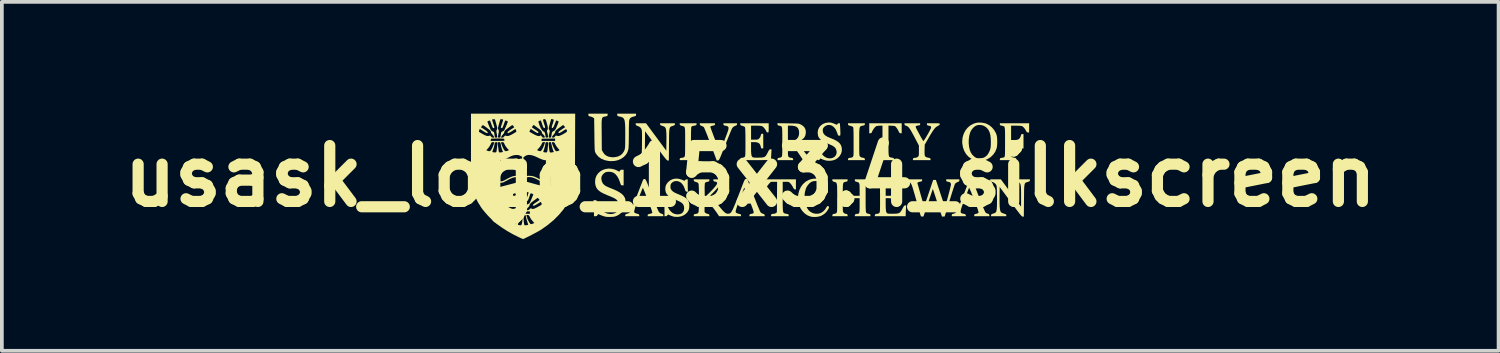
<source format=kicad_pcb>
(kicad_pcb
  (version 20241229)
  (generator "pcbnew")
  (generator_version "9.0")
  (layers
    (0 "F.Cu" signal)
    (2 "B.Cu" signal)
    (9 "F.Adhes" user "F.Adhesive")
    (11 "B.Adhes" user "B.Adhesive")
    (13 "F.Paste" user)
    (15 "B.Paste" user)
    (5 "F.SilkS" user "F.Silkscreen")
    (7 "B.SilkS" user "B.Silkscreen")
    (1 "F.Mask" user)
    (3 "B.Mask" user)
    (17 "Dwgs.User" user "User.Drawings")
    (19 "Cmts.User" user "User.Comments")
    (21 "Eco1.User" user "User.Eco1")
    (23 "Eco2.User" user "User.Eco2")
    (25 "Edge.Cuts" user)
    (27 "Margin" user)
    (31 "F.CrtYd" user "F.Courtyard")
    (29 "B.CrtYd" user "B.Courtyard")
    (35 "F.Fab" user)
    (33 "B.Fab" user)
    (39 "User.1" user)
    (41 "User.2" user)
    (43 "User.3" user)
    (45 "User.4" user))
  (footprint "usask_logo_15x3.4_silkscreen"
    (layer "F.Cu")
    (at 17.086 1.678)
    (property "Reference" "usask_logo_15x3.4_silkscreen" (at 0 0 0) (layer "F.SilkS") (effects (font (size 1.5 1.5) (thickness 0.3))))
    (attr board_only exclude_from_pos_files exclude_from_bom)
    (fp_poly (pts (xy 1.226 0.22) (xy 1.226 0.355) (xy 1.2 0.355) (xy 1.183 0.351) (xy 1.168 0.335) (xy 1.15 0.305) (xy 1.145 0.295) (xy 1.122 0.253) (xy 1.093 0.213) (xy 1.076 0.193) (xy 1.055 0.171) (xy 1.037 0.159) (xy 1.017 0.153) (xy 0.987 0.151) (xy 0.953 0.151) (xy 0.871 0.151) (xy 0.871 0.554) (xy 0.871 0.662) (xy 0.871 0.751) (xy 0.872 0.822) (xy 0.874 0.878) (xy 0.877 0.92) (xy 0.882 0.951) (xy 0.89 0.973) (xy 0.901 0.987) (xy 0.915 0.997) (xy 0.932 1.002) (xy 0.954 1.007) (xy 0.972 1.011) (xy 1.007 1.019) (xy 1.025 1.027) (xy 1.032 1.039) (xy 1.032 1.049) (xy 1.032 1.075) (xy 0.796 1.075) (xy 0.559 1.075) (xy 0.559 1.05) (xy 0.565 1.028) (xy 0.585 1.015) (xy 0.621 1.011) (xy 0.629 1.011) (xy 0.662 1.005) (xy 0.69 0.99) (xy 0.715 0.97) (xy 0.718 0.56) (xy 0.721 0.151) (xy 0.638 0.151) (xy 0.555 0.151) (xy 0.505 0.203) (xy 0.475 0.239) (xy 0.449 0.278) (xy 0.436 0.305) (xy 0.421 0.336) (xy 0.407 0.351) (xy 0.391 0.355) (xy 0.381 0.354) (xy 0.373 0.35) (xy 0.369 0.339) (xy 0.367 0.317) (xy 0.366 0.281) (xy 0.366 0.228) (xy 0.366 0.22) (xy 0.366 0.086) (xy 0.796 0.086) (xy 1.226 0.086)) (stroke (width 0) (type solid)) (fill yes) (layer "F.SilkS"))
    (fp_poly (pts (xy -1.441 -1.393) (xy -1.446 -1.373) (xy -1.465 -1.363) (xy -1.473 -1.361) (xy -1.51 -1.354) (xy -1.538 -1.349) (xy -1.565 -1.338) (xy -1.581 -1.323) (xy -1.584 -1.306) (xy -1.586 -1.27) (xy -1.588 -1.216) (xy -1.59 -1.145) (xy -1.591 -1.06) (xy -1.591 -0.961) (xy -1.592 -0.922) (xy -1.592 -0.818) (xy -1.591 -0.733) (xy -1.591 -0.665) (xy -1.589 -0.613) (xy -1.585 -0.574) (xy -1.58 -0.545) (xy -1.572 -0.526) (xy -1.561 -0.513) (xy -1.547 -0.506) (xy -1.528 -0.501) (xy -1.506 -0.496) (xy -1.497 -0.494) (xy -1.464 -0.486) (xy -1.447 -0.477) (xy -1.441 -0.464) (xy -1.441 -0.456) (xy -1.441 -0.43) (xy -1.667 -0.43) (xy -1.893 -0.43) (xy -1.893 -0.456) (xy -1.885 -0.478) (xy -1.861 -0.49) (xy -1.818 -0.495) (xy -1.816 -0.495) (xy -1.788 -0.502) (xy -1.768 -0.517) (xy -1.763 -0.524) (xy -1.758 -0.534) (xy -1.755 -0.547) (xy -1.752 -0.568) (xy -1.75 -0.597) (xy -1.749 -0.637) (xy -1.748 -0.691) (xy -1.748 -0.76) (xy -1.747 -0.846) (xy -1.747 -0.926) (xy -1.747 -1.029) (xy -1.747 -1.113) (xy -1.748 -1.179) (xy -1.749 -1.231) (xy -1.752 -1.269) (xy -1.757 -1.297) (xy -1.764 -1.315) (xy -1.774 -1.328) (xy -1.787 -1.336) (xy -1.804 -1.342) (xy -1.825 -1.347) (xy -1.836 -1.35) (xy -1.869 -1.362) (xy -1.886 -1.373) (xy -1.892 -1.387) (xy -1.893 -1.393) (xy -1.893 -1.419) (xy -1.667 -1.419) (xy -1.441 -1.419)) (stroke (width 0) (type solid)) (fill yes) (layer "F.SilkS"))
    (fp_poly (pts (xy 3.076 -1.393) (xy 3.073 -1.378) (xy 3.062 -1.368) (xy 3.038 -1.36) (xy 3.016 -1.355) (xy 2.993 -1.35) (xy 2.974 -1.345) (xy 2.959 -1.338) (xy 2.948 -1.326) (xy 2.939 -1.307) (xy 2.933 -1.28) (xy 2.929 -1.242) (xy 2.926 -1.191) (xy 2.925 -1.126) (xy 2.925 -1.043) (xy 2.925 -0.942) (xy 2.925 -0.922) (xy 2.925 -0.823) (xy 2.925 -0.742) (xy 2.926 -0.679) (xy 2.927 -0.63) (xy 2.928 -0.594) (xy 2.93 -0.569) (xy 2.933 -0.551) (xy 2.937 -0.54) (xy 2.942 -0.532) (xy 2.946 -0.527) (xy 2.973 -0.509) (xy 2.995 -0.5) (xy 3.028 -0.493) (xy 3.049 -0.489) (xy 3.07 -0.478) (xy 3.076 -0.457) (xy 3.076 -0.43) (xy 2.85 -0.43) (xy 2.624 -0.43) (xy 2.624 -0.456) (xy 2.631 -0.477) (xy 2.655 -0.49) (xy 2.697 -0.494) (xy 2.702 -0.495) (xy 2.732 -0.502) (xy 2.753 -0.516) (xy 2.759 -0.523) (xy 2.763 -0.531) (xy 2.767 -0.544) (xy 2.77 -0.562) (xy 2.772 -0.59) (xy 2.773 -0.628) (xy 2.774 -0.679) (xy 2.774 -0.745) (xy 2.774 -0.829) (xy 2.774 -0.915) (xy 2.774 -1.017) (xy 2.773 -1.107) (xy 2.772 -1.183) (xy 2.77 -1.243) (xy 2.768 -1.286) (xy 2.765 -1.309) (xy 2.764 -1.312) (xy 2.747 -1.328) (xy 2.715 -1.343) (xy 2.664 -1.357) (xy 2.653 -1.36) (xy 2.631 -1.37) (xy 2.624 -1.39) (xy 2.624 -1.393) (xy 2.624 -1.419) (xy 2.85 -1.419) (xy 3.076 -1.419)) (stroke (width 0) (type solid)) (fill yes) (layer "F.SilkS"))
    (fp_poly (pts (xy 4.065 -1.285) (xy 4.065 -1.151) (xy 4.035 -1.151) (xy 4.017 -1.154) (xy 4.003 -1.166) (xy 3.989 -1.191) (xy 3.981 -1.207) (xy 3.96 -1.249) (xy 3.933 -1.29) (xy 3.921 -1.306) (xy 3.902 -1.328) (xy 3.886 -1.341) (xy 3.866 -1.348) (xy 3.837 -1.351) (xy 3.797 -1.353) (xy 3.71 -1.357) (xy 3.71 -0.949) (xy 3.71 -0.841) (xy 3.71 -0.753) (xy 3.711 -0.682) (xy 3.712 -0.626) (xy 3.715 -0.584) (xy 3.719 -0.554) (xy 3.725 -0.533) (xy 3.733 -0.519) (xy 3.744 -0.511) (xy 3.758 -0.506) (xy 3.775 -0.502) (xy 3.785 -0.5) (xy 3.825 -0.492) (xy 3.847 -0.484) (xy 3.858 -0.474) (xy 3.86 -0.46) (xy 3.861 -0.456) (xy 3.861 -0.43) (xy 3.629 -0.43) (xy 3.398 -0.43) (xy 3.398 -0.457) (xy 3.399 -0.471) (xy 3.405 -0.48) (xy 3.421 -0.487) (xy 3.449 -0.494) (xy 3.483 -0.499) (xy 3.499 -0.502) (xy 3.513 -0.505) (xy 3.524 -0.511) (xy 3.532 -0.521) (xy 3.538 -0.538) (xy 3.543 -0.563) (xy 3.546 -0.599) (xy 3.547 -0.648) (xy 3.548 -0.711) (xy 3.549 -0.79) (xy 3.549 -0.888) (xy 3.549 -0.942) (xy 3.549 -1.355) (xy 3.478 -1.355) (xy 3.433 -1.352) (xy 3.394 -1.345) (xy 3.377 -1.339) (xy 3.351 -1.318) (xy 3.322 -1.283) (xy 3.294 -1.241) (xy 3.271 -1.198) (xy 3.267 -1.187) (xy 3.254 -1.161) (xy 3.237 -1.152) (xy 3.224 -1.151) (xy 3.194 -1.151) (xy 3.194 -1.285) (xy 3.194 -1.419) (xy 3.629 -1.419) (xy 4.065 -1.419)) (stroke (width 0) (type solid)) (fill yes) (layer "F.SilkS"))
    (fp_poly (pts (xy 6.208 -1.437) (xy 6.282 -1.425) (xy 6.334 -1.41) (xy 6.414 -1.368) (xy 6.486 -1.309) (xy 6.547 -1.237) (xy 6.593 -1.156) (xy 6.611 -1.109) (xy 6.622 -1.057) (xy 6.628 -0.99) (xy 6.63 -0.918) (xy 6.627 -0.845) (xy 6.62 -0.781) (xy 6.611 -0.741) (xy 6.573 -0.652) (xy 6.518 -0.574) (xy 6.451 -0.51) (xy 6.372 -0.46) (xy 6.286 -0.426) (xy 6.194 -0.41) (xy 6.099 -0.412) (xy 6.018 -0.43) (xy 5.931 -0.469) (xy 5.855 -0.524) (xy 5.792 -0.595) (xy 5.743 -0.679) (xy 5.709 -0.774) (xy 5.691 -0.878) (xy 5.691 -0.885) (xy 5.863 -0.885) (xy 5.873 -0.786) (xy 5.895 -0.696) (xy 5.92 -0.635) (xy 5.954 -0.583) (xy 5.997 -0.537) (xy 6.044 -0.502) (xy 6.072 -0.488) (xy 6.128 -0.477) (xy 6.191 -0.479) (xy 6.254 -0.493) (xy 6.284 -0.505) (xy 6.339 -0.543) (xy 6.386 -0.6) (xy 6.424 -0.675) (xy 6.433 -0.699) (xy 6.443 -0.731) (xy 6.45 -0.762) (xy 6.455 -0.798) (xy 6.457 -0.844) (xy 6.458 -0.904) (xy 6.458 -0.919) (xy 6.455 -1.018) (xy 6.445 -1.099) (xy 6.428 -1.167) (xy 6.402 -1.226) (xy 6.376 -1.266) (xy 6.325 -1.318) (xy 6.263 -1.354) (xy 6.193 -1.373) (xy 6.119 -1.372) (xy 6.087 -1.366) (xy 6.039 -1.344) (xy 5.991 -1.306) (xy 5.948 -1.257) (xy 5.915 -1.202) (xy 5.906 -1.181) (xy 5.879 -1.087) (xy 5.865 -0.987) (xy 5.863 -0.885) (xy 5.691 -0.885) (xy 5.689 -0.93) (xy 5.698 -1.033) (xy 5.726 -1.129) (xy 5.769 -1.217) (xy 5.827 -1.293) (xy 5.898 -1.356) (xy 5.98 -1.403) (xy 6.067 -1.432) (xy 6.133 -1.439)) (stroke (width 0) (type solid)) (fill yes) (layer "F.SilkS"))
    (fp_poly (pts (xy 1.879 0.082) (xy 1.929 0.1) (xy 1.963 0.116) (xy 1.984 0.122) (xy 1.995 0.121) (xy 2.004 0.113) (xy 2.008 0.108) (xy 2.029 0.09) (xy 2.054 0.087) (xy 2.073 0.098) (xy 2.079 0.11) (xy 2.082 0.129) (xy 2.084 0.166) (xy 2.085 0.214) (xy 2.086 0.27) (xy 2.086 0.288) (xy 2.086 0.441) (xy 2.055 0.441) (xy 2.035 0.438) (xy 2.023 0.427) (xy 2.015 0.402) (xy 2.012 0.394) (xy 1.987 0.317) (xy 1.951 0.248) (xy 1.908 0.192) (xy 1.861 0.152) (xy 1.848 0.144) (xy 1.81 0.133) (xy 1.761 0.13) (xy 1.709 0.133) (xy 1.662 0.144) (xy 1.651 0.149) (xy 1.601 0.181) (xy 1.555 0.229) (xy 1.516 0.285) (xy 1.495 0.329) (xy 1.468 0.426) (xy 1.456 0.526) (xy 1.458 0.627) (xy 1.474 0.724) (xy 1.504 0.812) (xy 1.546 0.889) (xy 1.564 0.912) (xy 1.618 0.96) (xy 1.683 0.993) (xy 1.754 1.009) (xy 1.826 1.008) (xy 1.889 0.99) (xy 1.952 0.952) (xy 2.007 0.898) (xy 2.043 0.843) (xy 2.059 0.815) (xy 2.074 0.803) (xy 2.088 0.804) (xy 2.108 0.814) (xy 2.114 0.832) (xy 2.106 0.861) (xy 2.09 0.893) (xy 2.043 0.96) (xy 1.983 1.017) (xy 1.915 1.059) (xy 1.875 1.075) (xy 1.808 1.09) (xy 1.735 1.096) (xy 1.664 1.093) (xy 1.627 1.086) (xy 1.544 1.056) (xy 1.469 1.007) (xy 1.404 0.943) (xy 1.35 0.865) (xy 1.311 0.776) (xy 1.288 0.68) (xy 1.281 0.572) (xy 1.292 0.469) (xy 1.319 0.372) (xy 1.362 0.285) (xy 1.418 0.21) (xy 1.488 0.148) (xy 1.569 0.102) (xy 1.615 0.085) (xy 1.703 0.067) (xy 1.793 0.066)) (stroke (width 0) (type solid)) (fill yes) (layer "F.SilkS"))
    (fp_poly (pts (xy -0.946 -1.393) (xy -0.95 -1.375) (xy -0.964 -1.365) (xy -0.987 -1.36) (xy -1.033 -1.35) (xy -1.062 -1.337) (xy -1.071 -1.323) (xy -1.071 -1.32) (xy -1.058 -1.284) (xy -1.041 -1.235) (xy -1.019 -1.176) (xy -0.994 -1.11) (xy -0.968 -1.04) (xy -0.94 -0.969) (xy -0.913 -0.899) (xy -0.887 -0.833) (xy -0.864 -0.775) (xy -0.844 -0.726) (xy -0.828 -0.689) (xy -0.819 -0.668) (xy -0.816 -0.664) (xy -0.809 -0.676) (xy -0.796 -0.706) (xy -0.778 -0.749) (xy -0.756 -0.803) (xy -0.731 -0.864) (xy -0.705 -0.929) (xy -0.679 -0.995) (xy -0.655 -1.059) (xy -0.632 -1.118) (xy -0.617 -1.159) (xy -0.596 -1.22) (xy -0.585 -1.264) (xy -0.582 -1.296) (xy -0.588 -1.318) (xy -0.603 -1.333) (xy -0.612 -1.339) (xy -0.641 -1.35) (xy -0.665 -1.355) (xy -0.7 -1.361) (xy -0.718 -1.379) (xy -0.72 -1.394) (xy -0.72 -1.419) (xy -0.538 -1.419) (xy -0.355 -1.419) (xy -0.355 -1.393) (xy -0.36 -1.374) (xy -0.377 -1.361) (xy -0.395 -1.354) (xy -0.443 -1.332) (xy -0.477 -1.299) (xy -0.492 -1.274) (xy -0.5 -1.257) (xy -0.514 -1.223) (xy -0.535 -1.173) (xy -0.561 -1.11) (xy -0.591 -1.037) (xy -0.624 -0.955) (xy -0.659 -0.866) (xy -0.672 -0.833) (xy -0.712 -0.732) (xy -0.746 -0.65) (xy -0.773 -0.583) (xy -0.794 -0.531) (xy -0.811 -0.492) (xy -0.825 -0.464) (xy -0.835 -0.444) (xy -0.844 -0.432) (xy -0.852 -0.426) (xy -0.859 -0.423) (xy -0.867 -0.422) (xy -0.899 -0.418) (xy -1.063 -0.859) (xy -1.098 -0.952) (xy -1.132 -1.039) (xy -1.162 -1.118) (xy -1.19 -1.187) (xy -1.213 -1.243) (xy -1.231 -1.285) (xy -1.243 -1.311) (xy -1.247 -1.317) (xy -1.271 -1.333) (xy -1.303 -1.347) (xy -1.309 -1.35) (xy -1.338 -1.363) (xy -1.351 -1.381) (xy -1.353 -1.392) (xy -1.356 -1.419) (xy -1.151 -1.419) (xy -0.946 -1.419)) (stroke (width 0) (type solid)) (fill yes) (layer "F.SilkS"))
    (fp_poly (pts (xy 7.485 -1.296) (xy 7.485 -1.172) (xy 7.454 -1.172) (xy 7.431 -1.177) (xy 7.415 -1.193) (xy 7.405 -1.211) (xy 7.376 -1.263) (xy 7.342 -1.306) (xy 7.307 -1.336) (xy 7.3 -1.339) (xy 7.277 -1.347) (xy 7.24 -1.352) (xy 7.186 -1.354) (xy 7.136 -1.355) (xy 7.001 -1.355) (xy 7.001 -1.161) (xy 7.001 -0.968) (xy 7.076 -0.968) (xy 7.14 -0.971) (xy 7.187 -0.983) (xy 7.221 -1.005) (xy 7.244 -1.038) (xy 7.248 -1.045) (xy 7.261 -1.077) (xy 7.268 -1.103) (xy 7.269 -1.11) (xy 7.276 -1.125) (xy 7.299 -1.129) (xy 7.302 -1.129) (xy 7.334 -1.129) (xy 7.334 -0.936) (xy 7.334 -0.742) (xy 7.304 -0.742) (xy 7.285 -0.744) (xy 7.274 -0.754) (xy 7.265 -0.778) (xy 7.26 -0.796) (xy 7.238 -0.848) (xy 7.214 -0.876) (xy 7.196 -0.89) (xy 7.176 -0.898) (xy 7.15 -0.902) (xy 7.11 -0.903) (xy 7.091 -0.903) (xy 7.001 -0.903) (xy 7.001 -0.721) (xy 7.001 -0.649) (xy 7.002 -0.596) (xy 7.006 -0.557) (xy 7.012 -0.532) (xy 7.023 -0.516) (xy 7.037 -0.507) (xy 7.057 -0.501) (xy 7.06 -0.5) (xy 7.093 -0.493) (xy 7.114 -0.489) (xy 7.135 -0.478) (xy 7.14 -0.457) (xy 7.14 -0.43) (xy 6.92 -0.43) (xy 6.699 -0.43) (xy 6.699 -0.456) (xy 6.707 -0.478) (xy 6.731 -0.49) (xy 6.774 -0.495) (xy 6.776 -0.495) (xy 6.804 -0.502) (xy 6.821 -0.514) (xy 6.826 -0.521) (xy 6.83 -0.532) (xy 6.833 -0.55) (xy 6.835 -0.575) (xy 6.837 -0.611) (xy 6.838 -0.66) (xy 6.839 -0.723) (xy 6.839 -0.804) (xy 6.839 -0.903) (xy 6.839 -0.921) (xy 6.839 -1.026) (xy 6.839 -1.112) (xy 6.838 -1.18) (xy 6.837 -1.233) (xy 6.834 -1.273) (xy 6.829 -1.301) (xy 6.823 -1.321) (xy 6.815 -1.333) (xy 6.803 -1.341) (xy 6.789 -1.345) (xy 6.772 -1.349) (xy 6.769 -1.35) (xy 6.732 -1.359) (xy 6.711 -1.366) (xy 6.702 -1.376) (xy 6.7 -1.39) (xy 6.699 -1.393) (xy 6.699 -1.419) (xy 7.092 -1.419) (xy 7.485 -1.419)) (stroke (width 0) (type solid)) (fill yes) (layer "F.SilkS"))
    (fp_poly (pts (xy 6.998 0.453) (xy 7.269 0.819) (xy 7.269 0.538) (xy 7.269 0.441) (xy 7.268 0.362) (xy 7.265 0.3) (xy 7.26 0.253) (xy 7.252 0.218) (xy 7.241 0.194) (xy 7.225 0.177) (xy 7.204 0.166) (xy 7.177 0.158) (xy 7.154 0.153) (xy 7.127 0.144) (xy 7.114 0.131) (xy 7.11 0.115) (xy 7.107 0.086) (xy 7.306 0.086) (xy 7.506 0.086) (xy 7.506 0.112) (xy 7.503 0.128) (xy 7.491 0.139) (xy 7.465 0.15) (xy 7.447 0.155) (xy 7.424 0.162) (xy 7.405 0.169) (xy 7.389 0.177) (xy 7.377 0.189) (xy 7.368 0.207) (xy 7.361 0.233) (xy 7.356 0.268) (xy 7.352 0.315) (xy 7.35 0.376) (xy 7.349 0.452) (xy 7.348 0.546) (xy 7.347 0.658) (xy 7.343 1.086) (xy 7.314 1.086) (xy 7.305 1.085) (xy 7.296 1.08) (xy 7.284 1.07) (xy 7.267 1.053) (xy 7.246 1.028) (xy 7.219 0.994) (xy 7.184 0.948) (xy 7.14 0.891) (xy 7.087 0.82) (xy 7.022 0.733) (xy 6.989 0.688) (xy 6.694 0.289) (xy 6.691 0.545) (xy 6.691 0.656) (xy 6.692 0.747) (xy 6.695 0.82) (xy 6.701 0.878) (xy 6.709 0.92) (xy 6.719 0.951) (xy 6.725 0.962) (xy 6.749 0.982) (xy 6.792 1) (xy 6.806 1.004) (xy 6.842 1.016) (xy 6.862 1.025) (xy 6.87 1.037) (xy 6.872 1.049) (xy 6.872 1.075) (xy 6.667 1.075) (xy 6.461 1.075) (xy 6.465 1.046) (xy 6.47 1.028) (xy 6.484 1.016) (xy 6.512 1.007) (xy 6.521 1.004) (xy 6.562 0.991) (xy 6.587 0.974) (xy 6.603 0.948) (xy 6.613 0.905) (xy 6.613 0.904) (xy 6.617 0.873) (xy 6.62 0.825) (xy 6.622 0.765) (xy 6.623 0.696) (xy 6.624 0.621) (xy 6.623 0.544) (xy 6.622 0.469) (xy 6.621 0.399) (xy 6.618 0.338) (xy 6.615 0.29) (xy 6.611 0.257) (xy 6.609 0.247) (xy 6.584 0.208) (xy 6.543 0.175) (xy 6.489 0.152) (xy 6.483 0.15) (xy 6.455 0.14) (xy 6.443 0.127) (xy 6.441 0.112) (xy 6.441 0.086) (xy 6.584 0.086) (xy 6.727 0.086)) (stroke (width 0) (type solid)) (fill yes) (layer "F.SilkS"))
    (fp_poly (pts (xy -2.525 -1.051) (xy -2.253 -0.683) (xy -2.25 -0.936) (xy -2.249 -1.036) (xy -2.25 -1.118) (xy -2.253 -1.182) (xy -2.258 -1.232) (xy -2.265 -1.269) (xy -2.275 -1.296) (xy -2.287 -1.314) (xy -2.287 -1.314) (xy -2.308 -1.328) (xy -2.34 -1.343) (xy -2.362 -1.351) (xy -2.396 -1.362) (xy -2.413 -1.372) (xy -2.419 -1.386) (xy -2.42 -1.393) (xy -2.42 -1.419) (xy -2.221 -1.419) (xy -2.022 -1.419) (xy -2.022 -1.394) (xy -2.025 -1.378) (xy -2.037 -1.366) (xy -2.063 -1.355) (xy -2.084 -1.348) (xy -2.106 -1.341) (xy -2.124 -1.334) (xy -2.139 -1.325) (xy -2.151 -1.312) (xy -2.16 -1.293) (xy -2.167 -1.266) (xy -2.172 -1.23) (xy -2.176 -1.182) (xy -2.178 -1.12) (xy -2.179 -1.042) (xy -2.18 -0.946) (xy -2.181 -0.841) (xy -2.185 -0.419) (xy -2.214 -0.42) (xy -2.222 -0.421) (xy -2.232 -0.427) (xy -2.245 -0.439) (xy -2.262 -0.458) (xy -2.285 -0.485) (xy -2.315 -0.522) (xy -2.352 -0.571) (xy -2.399 -0.633) (xy -2.455 -0.709) (xy -2.523 -0.801) (xy -2.532 -0.813) (xy -2.823 -1.206) (xy -2.826 -0.912) (xy -2.827 -0.812) (xy -2.827 -0.73) (xy -2.825 -0.665) (xy -2.82 -0.615) (xy -2.813 -0.578) (xy -2.802 -0.551) (xy -2.787 -0.531) (xy -2.766 -0.517) (xy -2.74 -0.506) (xy -2.707 -0.497) (xy -2.7 -0.495) (xy -2.671 -0.485) (xy -2.659 -0.473) (xy -2.656 -0.457) (xy -2.656 -0.43) (xy -2.86 -0.43) (xy -3.065 -0.43) (xy -3.065 -0.456) (xy -3.062 -0.472) (xy -3.05 -0.484) (xy -3.024 -0.494) (xy -3.006 -0.5) (xy -2.98 -0.507) (xy -2.959 -0.515) (xy -2.943 -0.526) (xy -2.931 -0.541) (xy -2.922 -0.563) (xy -2.915 -0.595) (xy -2.911 -0.639) (xy -2.909 -0.696) (xy -2.907 -0.769) (xy -2.906 -0.861) (xy -2.906 -0.899) (xy -2.905 -0.995) (xy -2.905 -1.072) (xy -2.905 -1.133) (xy -2.906 -1.179) (xy -2.908 -1.213) (xy -2.912 -1.237) (xy -2.916 -1.255) (xy -2.918 -1.262) (xy -2.942 -1.299) (xy -2.981 -1.329) (xy -3.03 -1.35) (xy -3.059 -1.363) (xy -3.072 -1.382) (xy -3.074 -1.392) (xy -3.077 -1.419) (xy -2.937 -1.419) (xy -2.797 -1.419)) (stroke (width 0) (type solid)) (fill yes) (layer "F.SilkS"))
    (fp_poly (pts (xy 4.56 -1.394) (xy 4.557 -1.378) (xy 4.545 -1.368) (xy 4.518 -1.362) (xy 4.508 -1.361) (xy 4.467 -1.353) (xy 4.445 -1.342) (xy 4.44 -1.324) (xy 4.45 -1.295) (xy 4.459 -1.276) (xy 4.479 -1.237) (xy 4.503 -1.191) (xy 4.531 -1.14) (xy 4.559 -1.088) (xy 4.586 -1.039) (xy 4.611 -0.997) (xy 4.63 -0.964) (xy 4.642 -0.945) (xy 4.645 -0.942) (xy 4.653 -0.948) (xy 4.67 -0.97) (xy 4.693 -1.004) (xy 4.72 -1.047) (xy 4.748 -1.096) (xy 4.777 -1.146) (xy 4.804 -1.195) (xy 4.827 -1.24) (xy 4.845 -1.275) (xy 4.854 -1.3) (xy 4.855 -1.306) (xy 4.853 -1.325) (xy 4.843 -1.338) (xy 4.822 -1.348) (xy 4.785 -1.357) (xy 4.772 -1.36) (xy 4.749 -1.37) (xy 4.742 -1.389) (xy 4.742 -1.393) (xy 4.742 -1.419) (xy 4.914 -1.419) (xy 4.979 -1.419) (xy 5.025 -1.419) (xy 5.055 -1.417) (xy 5.073 -1.415) (xy 5.083 -1.41) (xy 5.086 -1.404) (xy 5.086 -1.395) (xy 5.081 -1.378) (xy 5.063 -1.362) (xy 5.032 -1.346) (xy 5.005 -1.331) (xy 4.978 -1.31) (xy 4.95 -1.281) (xy 4.92 -1.241) (xy 4.885 -1.19) (xy 4.844 -1.124) (xy 4.795 -1.041) (xy 4.78 -1.014) (xy 4.683 -0.845) (xy 4.679 -0.698) (xy 4.678 -0.631) (xy 4.68 -0.583) (xy 4.686 -0.549) (xy 4.699 -0.526) (xy 4.719 -0.512) (xy 4.749 -0.502) (xy 4.779 -0.495) (xy 4.813 -0.487) (xy 4.832 -0.478) (xy 4.838 -0.466) (xy 4.839 -0.456) (xy 4.839 -0.43) (xy 4.603 -0.43) (xy 4.366 -0.43) (xy 4.366 -0.456) (xy 4.373 -0.477) (xy 4.397 -0.49) (xy 4.438 -0.494) (xy 4.444 -0.495) (xy 4.475 -0.503) (xy 4.501 -0.521) (xy 4.512 -0.533) (xy 4.519 -0.546) (xy 4.524 -0.564) (xy 4.526 -0.592) (xy 4.527 -0.633) (xy 4.527 -0.684) (xy 4.527 -0.821) (xy 4.445 -0.978) (xy 4.397 -1.07) (xy 4.356 -1.145) (xy 4.323 -1.205) (xy 4.295 -1.251) (xy 4.271 -1.286) (xy 4.25 -1.312) (xy 4.23 -1.33) (xy 4.21 -1.343) (xy 4.189 -1.352) (xy 4.18 -1.354) (xy 4.153 -1.366) (xy 4.142 -1.381) (xy 4.14 -1.393) (xy 4.14 -1.419) (xy 4.35 -1.419) (xy 4.56 -1.419)) (stroke (width 0) (type solid)) (fill yes) (layer "F.SilkS"))
    (fp_poly (pts (xy 6.123 0.515) (xy 6.165 0.622) (xy 6.203 0.718) (xy 6.237 0.801) (xy 6.265 0.87) (xy 6.289 0.923) (xy 6.306 0.959) (xy 6.316 0.976) (xy 6.316 0.977) (xy 6.343 0.995) (xy 6.376 1.008) (xy 6.377 1.008) (xy 6.404 1.018) (xy 6.416 1.035) (xy 6.418 1.046) (xy 6.421 1.075) (xy 6.216 1.075) (xy 6.011 1.075) (xy 6.011 1.049) (xy 6.017 1.027) (xy 6.037 1.017) (xy 6.041 1.016) (xy 6.086 1.005) (xy 6.113 0.994) (xy 6.126 0.982) (xy 6.127 0.976) (xy 6.125 0.96) (xy 6.117 0.927) (xy 6.104 0.885) (xy 6.09 0.845) (xy 6.049 0.731) (xy 5.878 0.734) (xy 5.707 0.737) (xy 5.676 0.828) (xy 5.657 0.889) (xy 5.648 0.934) (xy 5.648 0.965) (xy 5.656 0.984) (xy 5.66 0.988) (xy 5.678 0.997) (xy 5.709 1.006) (xy 5.73 1.011) (xy 5.763 1.02) (xy 5.779 1.029) (xy 5.785 1.042) (xy 5.785 1.049) (xy 5.785 1.075) (xy 5.597 1.075) (xy 5.409 1.075) (xy 5.409 1.048) (xy 5.411 1.03) (xy 5.42 1.02) (xy 5.441 1.012) (xy 5.465 1.006) (xy 5.491 0.995) (xy 5.52 0.974) (xy 5.524 0.97) (xy 5.531 0.962) (xy 5.538 0.952) (xy 5.546 0.937) (xy 5.557 0.917) (xy 5.569 0.89) (xy 5.584 0.855) (xy 5.603 0.809) (xy 5.626 0.753) (xy 5.654 0.683) (xy 5.664 0.659) (xy 5.742 0.659) (xy 5.753 0.662) (xy 5.78 0.664) (xy 5.821 0.666) (xy 5.872 0.667) (xy 5.882 0.667) (xy 6.022 0.667) (xy 6.008 0.632) (xy 5.999 0.609) (xy 5.984 0.571) (xy 5.965 0.523) (xy 5.943 0.468) (xy 5.936 0.448) (xy 5.911 0.388) (xy 5.893 0.346) (xy 5.881 0.323) (xy 5.873 0.316) (xy 5.87 0.319) (xy 5.864 0.336) (xy 5.851 0.368) (xy 5.834 0.413) (xy 5.814 0.466) (xy 5.803 0.495) (xy 5.782 0.549) (xy 5.764 0.596) (xy 5.751 0.632) (xy 5.744 0.654) (xy 5.742 0.659) (xy 5.664 0.659) (xy 5.687 0.6) (xy 5.725 0.502) (xy 5.77 0.386) (xy 5.822 0.252) (xy 5.839 0.21) (xy 5.86 0.157) (xy 5.875 0.12) (xy 5.887 0.098) (xy 5.898 0.085) (xy 5.909 0.079) (xy 5.921 0.077) (xy 5.953 0.074)) (stroke (width 0) (type solid)) (fill yes) (layer "F.SilkS"))
    (fp_poly (pts (xy 4.108 0.204) (xy 4.108 0.256) (xy 4.107 0.29) (xy 4.104 0.31) (xy 4.099 0.319) (xy 4.091 0.322) (xy 4.082 0.323) (xy 4.064 0.318) (xy 4.046 0.301) (xy 4.025 0.267) (xy 4.024 0.266) (xy 4 0.225) (xy 3.979 0.196) (xy 3.956 0.177) (xy 3.928 0.164) (xy 3.889 0.157) (xy 3.837 0.154) (xy 3.784 0.152) (xy 3.635 0.149) (xy 3.635 0.338) (xy 3.635 0.527) (xy 3.725 0.527) (xy 3.771 0.526) (xy 3.802 0.523) (xy 3.823 0.517) (xy 3.841 0.505) (xy 3.848 0.5) (xy 3.879 0.46) (xy 3.894 0.419) (xy 3.903 0.387) (xy 3.912 0.371) (xy 3.926 0.367) (xy 3.935 0.368) (xy 3.963 0.371) (xy 3.963 0.565) (xy 3.963 0.758) (xy 3.934 0.761) (xy 3.915 0.761) (xy 3.905 0.75) (xy 3.899 0.724) (xy 3.883 0.671) (xy 3.859 0.632) (xy 3.822 0.608) (xy 3.771 0.595) (xy 3.71 0.591) (xy 3.635 0.591) (xy 3.635 0.75) (xy 3.636 0.83) (xy 3.639 0.891) (xy 3.644 0.936) (xy 3.653 0.968) (xy 3.666 0.988) (xy 3.683 1) (xy 3.686 1.001) (xy 3.709 1.006) (xy 3.747 1.008) (xy 3.796 1.009) (xy 3.846 1.009) (xy 3.911 1.006) (xy 3.959 1.001) (xy 3.994 0.99) (xy 4.022 0.97) (xy 4.046 0.94) (xy 4.072 0.896) (xy 4.085 0.873) (xy 4.108 0.83) (xy 4.125 0.804) (xy 4.139 0.79) (xy 4.153 0.785) (xy 4.159 0.785) (xy 4.186 0.785) (xy 4.179 0.883) (xy 4.176 0.934) (xy 4.174 0.982) (xy 4.172 1.02) (xy 4.172 1.029) (xy 4.172 1.075) (xy 3.758 1.075) (xy 3.344 1.075) (xy 3.344 1.05) (xy 3.351 1.027) (xy 3.372 1.014) (xy 3.41 1.011) (xy 3.441 1.003) (xy 3.463 0.989) (xy 3.468 0.983) (xy 3.473 0.974) (xy 3.477 0.962) (xy 3.479 0.943) (xy 3.481 0.916) (xy 3.483 0.878) (xy 3.483 0.827) (xy 3.484 0.761) (xy 3.484 0.677) (xy 3.484 0.591) (xy 3.484 0.494) (xy 3.483 0.407) (xy 3.482 0.332) (xy 3.48 0.271) (xy 3.478 0.226) (xy 3.475 0.2) (xy 3.474 0.194) (xy 3.452 0.173) (xy 3.41 0.155) (xy 3.374 0.146) (xy 3.351 0.136) (xy 3.344 0.116) (xy 3.344 0.113) (xy 3.344 0.086) (xy 3.726 0.086) (xy 4.108 0.086)) (stroke (width 0) (type solid)) (fill yes) (layer "F.SilkS"))
    (fp_poly (pts (xy -1.925 0.069) (xy -1.843 0.092) (xy -1.825 0.1) (xy -1.791 0.115) (xy -1.771 0.121) (xy -1.76 0.12) (xy -1.752 0.111) (xy -1.75 0.107) (xy -1.728 0.09) (xy -1.707 0.086) (xy -1.678 0.086) (xy -1.678 0.236) (xy -1.677 0.292) (xy -1.676 0.341) (xy -1.674 0.378) (xy -1.671 0.4) (xy -1.671 0.403) (xy -1.67 0.415) (xy -1.682 0.419) (xy -1.699 0.417) (xy -1.719 0.414) (xy -1.732 0.404) (xy -1.743 0.383) (xy -1.753 0.353) (xy -1.786 0.269) (xy -1.828 0.206) (xy -1.879 0.161) (xy -1.938 0.136) (xy -1.967 0.132) (xy -2.021 0.134) (xy -2.07 0.152) (xy -2.109 0.182) (xy -2.134 0.22) (xy -2.14 0.247) (xy -2.142 0.297) (xy -2.136 0.334) (xy -2.119 0.365) (xy -2.102 0.386) (xy -2.085 0.403) (xy -2.064 0.42) (xy -2.036 0.437) (xy -2 0.455) (xy -1.95 0.477) (xy -1.885 0.505) (xy -1.858 0.516) (xy -1.777 0.555) (xy -1.716 0.597) (xy -1.673 0.644) (xy -1.646 0.699) (xy -1.635 0.763) (xy -1.635 0.784) (xy -1.639 0.855) (xy -1.654 0.911) (xy -1.683 0.961) (xy -1.701 0.984) (xy -1.762 1.037) (xy -1.835 1.073) (xy -1.919 1.091) (xy -1.937 1.092) (xy -1.983 1.093) (xy -2.027 1.09) (xy -2.057 1.086) (xy -2.092 1.075) (xy -2.133 1.06) (xy -2.153 1.052) (xy -2.208 1.028) (xy -2.224 1.052) (xy -2.249 1.072) (xy -2.27 1.075) (xy -2.301 1.075) (xy -2.301 0.92) (xy -2.302 0.864) (xy -2.303 0.814) (xy -2.305 0.775) (xy -2.307 0.752) (xy -2.308 0.748) (xy -2.308 0.736) (xy -2.292 0.732) (xy -2.281 0.731) (xy -2.251 0.737) (xy -2.241 0.75) (xy -2.208 0.836) (xy -2.17 0.902) (xy -2.148 0.93) (xy -2.095 0.981) (xy -2.038 1.011) (xy -1.974 1.025) (xy -1.952 1.026) (xy -1.886 1.019) (xy -1.834 0.996) (xy -1.799 0.959) (xy -1.779 0.908) (xy -1.774 0.862) (xy -1.779 0.812) (xy -1.793 0.77) (xy -1.82 0.733) (xy -1.862 0.701) (xy -1.921 0.669) (xy -1.99 0.64) (xy -2.081 0.6) (xy -2.153 0.561) (xy -2.207 0.52) (xy -2.245 0.476) (xy -2.268 0.426) (xy -2.279 0.369) (xy -2.28 0.339) (xy -2.273 0.275) (xy -2.251 0.22) (xy -2.211 0.165) (xy -2.209 0.163) (xy -2.15 0.113) (xy -2.081 0.08) (xy -2.005 0.065)) (stroke (width 0) (type solid)) (fill yes) (layer "F.SilkS"))
    (fp_poly (pts (xy 4.613 0.112) (xy 4.61 0.131) (xy 4.595 0.14) (xy 4.573 0.145) (xy 4.527 0.156) (xy 4.498 0.168) (xy 4.486 0.182) (xy 4.486 0.186) (xy 4.49 0.199) (xy 4.499 0.231) (xy 4.513 0.277) (xy 4.529 0.336) (xy 4.549 0.406) (xy 4.57 0.482) (xy 4.576 0.503) (xy 4.598 0.58) (xy 4.618 0.649) (xy 4.636 0.709) (xy 4.65 0.757) (xy 4.661 0.79) (xy 4.666 0.806) (xy 4.667 0.806) (xy 4.672 0.797) (xy 4.682 0.769) (xy 4.698 0.725) (xy 4.718 0.668) (xy 4.741 0.6) (xy 4.768 0.523) (xy 4.791 0.454) (xy 4.909 0.102) (xy 4.946 0.102) (xy 4.983 0.102) (xy 5.102 0.46) (xy 5.129 0.543) (xy 5.155 0.619) (xy 5.178 0.686) (xy 5.198 0.742) (xy 5.213 0.784) (xy 5.223 0.81) (xy 5.226 0.817) (xy 5.232 0.807) (xy 5.241 0.78) (xy 5.255 0.738) (xy 5.27 0.684) (xy 5.288 0.622) (xy 5.306 0.556) (xy 5.324 0.487) (xy 5.342 0.42) (xy 5.358 0.357) (xy 5.371 0.302) (xy 5.381 0.258) (xy 5.387 0.228) (xy 5.388 0.218) (xy 5.378 0.184) (xy 5.353 0.16) (xy 5.316 0.151) (xy 5.316 0.151) (xy 5.28 0.145) (xy 5.262 0.129) (xy 5.259 0.112) (xy 5.259 0.086) (xy 5.436 0.086) (xy 5.613 0.086) (xy 5.613 0.113) (xy 5.606 0.138) (xy 5.595 0.146) (xy 5.55 0.164) (xy 5.514 0.188) (xy 5.495 0.207) (xy 5.489 0.223) (xy 5.477 0.256) (xy 5.46 0.306) (xy 5.44 0.369) (xy 5.416 0.443) (xy 5.39 0.527) (xy 5.362 0.617) (xy 5.349 0.656) (xy 5.219 1.081) (xy 5.182 1.083) (xy 5.146 1.086) (xy 5.023 0.713) (xy 4.901 0.34) (xy 4.775 0.71) (xy 4.65 1.081) (xy 4.616 1.084) (xy 4.593 1.084) (xy 4.58 1.072) (xy 4.572 1.052) (xy 4.566 1.034) (xy 4.556 0.997) (xy 4.541 0.945) (xy 4.522 0.88) (xy 4.501 0.804) (xy 4.477 0.72) (xy 4.452 0.63) (xy 4.447 0.614) (xy 4.417 0.506) (xy 4.391 0.418) (xy 4.37 0.346) (xy 4.352 0.289) (xy 4.336 0.246) (xy 4.322 0.213) (xy 4.309 0.19) (xy 4.296 0.174) (xy 4.281 0.163) (xy 4.265 0.156) (xy 4.247 0.15) (xy 4.246 0.15) (xy 4.218 0.14) (xy 4.206 0.126) (xy 4.205 0.112) (xy 4.205 0.086) (xy 4.409 0.086) (xy 4.613 0.086)) (stroke (width 0) (type solid)) (fill yes) (layer "F.SilkS"))
    (fp_poly (pts (xy -3.828 -1.646) (xy -3.83 -1.628) (xy -3.838 -1.617) (xy -3.858 -1.609) (xy -3.888 -1.602) (xy -3.913 -1.597) (xy -3.934 -1.593) (xy -3.951 -1.586) (xy -3.963 -1.576) (xy -3.973 -1.56) (xy -3.98 -1.537) (xy -3.985 -1.503) (xy -3.988 -1.459) (xy -3.989 -1.4) (xy -3.989 -1.326) (xy -3.988 -1.234) (xy -3.987 -1.126) (xy -3.984 -0.704) (xy -3.954 -0.648) (xy -3.912 -0.588) (xy -3.855 -0.545) (xy -3.785 -0.518) (xy -3.701 -0.507) (xy -3.643 -0.509) (xy -3.559 -0.525) (xy -3.488 -0.557) (xy -3.431 -0.605) (xy -3.389 -0.668) (xy -3.377 -0.696) (xy -3.371 -0.713) (xy -3.366 -0.732) (xy -3.362 -0.753) (xy -3.359 -0.781) (xy -3.358 -0.818) (xy -3.356 -0.865) (xy -3.356 -0.927) (xy -3.355 -1.005) (xy -3.355 -1.095) (xy -3.355 -1.208) (xy -3.356 -1.302) (xy -3.359 -1.378) (xy -3.364 -1.439) (xy -3.371 -1.486) (xy -3.382 -1.522) (xy -3.396 -1.548) (xy -3.415 -1.567) (xy -3.44 -1.581) (xy -3.47 -1.591) (xy -3.507 -1.6) (xy -3.511 -1.601) (xy -3.545 -1.61) (xy -3.562 -1.618) (xy -3.569 -1.631) (xy -3.57 -1.646) (xy -3.57 -1.678) (xy -3.317 -1.678) (xy -3.065 -1.678) (xy -3.065 -1.646) (xy -3.066 -1.628) (xy -3.075 -1.617) (xy -3.095 -1.609) (xy -3.123 -1.602) (xy -3.18 -1.585) (xy -3.22 -1.558) (xy -3.243 -1.52) (xy -3.247 -1.508) (xy -3.25 -1.486) (xy -3.253 -1.445) (xy -3.255 -1.387) (xy -3.257 -1.315) (xy -3.258 -1.231) (xy -3.258 -1.137) (xy -3.258 -1.128) (xy -3.259 -1.037) (xy -3.26 -0.951) (xy -3.261 -0.874) (xy -3.264 -0.81) (xy -3.266 -0.76) (xy -3.269 -0.729) (xy -3.27 -0.725) (xy -3.295 -0.645) (xy -3.337 -0.574) (xy -3.395 -0.513) (xy -3.467 -0.465) (xy -3.55 -0.429) (xy -3.642 -0.408) (xy -3.741 -0.403) (xy -3.812 -0.409) (xy -3.915 -0.432) (xy -4.002 -0.47) (xy -4.075 -0.523) (xy -4.133 -0.592) (xy -4.154 -0.627) (xy -4.16 -0.638) (xy -4.164 -0.651) (xy -4.169 -0.665) (xy -4.172 -0.685) (xy -4.174 -0.711) (xy -4.176 -0.746) (xy -4.178 -0.793) (xy -4.179 -0.852) (xy -4.181 -0.928) (xy -4.182 -1.02) (xy -4.183 -1.111) (xy -4.189 -1.55) (xy -4.215 -1.57) (xy -4.246 -1.588) (xy -4.275 -1.597) (xy -4.312 -1.606) (xy -4.333 -1.614) (xy -4.342 -1.625) (xy -4.344 -1.642) (xy -4.344 -1.646) (xy -4.344 -1.678) (xy -4.086 -1.678) (xy -3.828 -1.678)) (stroke (width 0) (type solid)) (fill yes) (layer "F.SilkS"))
    (fp_poly (pts (xy -2.836 0.077) (xy -2.828 0.079) (xy -2.82 0.082) (xy -2.813 0.088) (xy -2.804 0.1) (xy -2.794 0.12) (xy -2.781 0.148) (xy -2.764 0.187) (xy -2.744 0.238) (xy -2.718 0.304) (xy -2.686 0.386) (xy -2.647 0.486) (xy -2.638 0.511) (xy -2.589 0.635) (xy -2.548 0.74) (xy -2.513 0.824) (xy -2.485 0.89) (xy -2.464 0.936) (xy -2.448 0.964) (xy -2.443 0.971) (xy -2.413 0.994) (xy -2.377 1.011) (xy -2.374 1.011) (xy -2.347 1.021) (xy -2.335 1.035) (xy -2.334 1.049) (xy -2.334 1.075) (xy -2.543 1.075) (xy -2.753 1.075) (xy -2.753 1.049) (xy -2.75 1.034) (xy -2.74 1.024) (xy -2.716 1.016) (xy -2.693 1.011) (xy -2.66 1.002) (xy -2.636 0.991) (xy -2.628 0.985) (xy -2.63 0.97) (xy -2.638 0.939) (xy -2.651 0.898) (xy -2.668 0.851) (xy -2.712 0.731) (xy -2.882 0.731) (xy -3.051 0.731) (xy -3.086 0.834) (xy -3.1 0.881) (xy -3.11 0.921) (xy -3.116 0.95) (xy -3.116 0.96) (xy -3.103 0.981) (xy -3.07 0.999) (xy -3.015 1.014) (xy -3.008 1.016) (xy -2.986 1.026) (xy -2.979 1.046) (xy -2.979 1.049) (xy -2.979 1.075) (xy -3.167 1.075) (xy -3.355 1.075) (xy -3.355 1.049) (xy -3.351 1.031) (xy -3.336 1.019) (xy -3.312 1.011) (xy -3.296 1.007) (xy -3.281 1.002) (xy -3.268 0.997) (xy -3.256 0.989) (xy -3.243 0.977) (xy -3.23 0.959) (xy -3.215 0.936) (xy -3.199 0.904) (xy -3.18 0.864) (xy -3.158 0.813) (xy -3.132 0.75) (xy -3.101 0.674) (xy -3.094 0.658) (xy -3.02 0.658) (xy -3.011 0.661) (xy -2.985 0.664) (xy -2.945 0.666) (xy -2.894 0.667) (xy -2.882 0.667) (xy -2.824 0.667) (xy -2.785 0.666) (xy -2.761 0.664) (xy -2.749 0.66) (xy -2.745 0.654) (xy -2.747 0.648) (xy -2.767 0.595) (xy -2.789 0.538) (xy -2.811 0.48) (xy -2.833 0.426) (xy -2.852 0.379) (xy -2.868 0.342) (xy -2.878 0.318) (xy -2.882 0.312) (xy -2.887 0.321) (xy -2.899 0.348) (xy -2.915 0.388) (xy -2.935 0.438) (xy -2.952 0.48) (xy -2.974 0.537) (xy -2.992 0.586) (xy -3.007 0.625) (xy -3.017 0.65) (xy -3.02 0.658) (xy -3.094 0.658) (xy -3.066 0.585) (xy -3.024 0.479) (xy -2.977 0.357) (xy -2.922 0.216) (xy -2.896 0.147) (xy -2.881 0.11) (xy -2.869 0.088) (xy -2.858 0.078) (xy -2.843 0.077)) (stroke (width 0) (type solid)) (fill yes) (layer "F.SilkS"))
    (fp_poly (pts (xy 1.014 -1.418) (xy 1.099 -1.416) (xy 1.166 -1.415) (xy 1.218 -1.414) (xy 1.257 -1.412) (xy 1.286 -1.409) (xy 1.308 -1.405) (xy 1.327 -1.399) (xy 1.344 -1.392) (xy 1.352 -1.389) (xy 1.415 -1.35) (xy 1.46 -1.301) (xy 1.486 -1.242) (xy 1.493 -1.173) (xy 1.491 -1.153) (xy 1.477 -1.087) (xy 1.448 -1.033) (xy 1.401 -0.989) (xy 1.347 -0.957) (xy 1.311 -0.939) (xy 1.284 -0.923) (xy 1.27 -0.913) (xy 1.27 -0.911) (xy 1.276 -0.899) (xy 1.295 -0.869) (xy 1.328 -0.823) (xy 1.374 -0.76) (xy 1.433 -0.681) (xy 1.48 -0.617) (xy 1.532 -0.558) (xy 1.584 -0.518) (xy 1.641 -0.494) (xy 1.659 -0.49) (xy 1.681 -0.48) (xy 1.688 -0.46) (xy 1.688 -0.457) (xy 1.688 -0.43) (xy 1.554 -0.43) (xy 1.42 -0.43) (xy 1.343 -0.546) (xy 1.304 -0.603) (xy 1.26 -0.667) (xy 1.216 -0.728) (xy 1.189 -0.766) (xy 1.113 -0.87) (xy 1.062 -0.871) (xy 1.011 -0.871) (xy 1.011 -0.704) (xy 1.011 -0.64) (xy 1.012 -0.594) (xy 1.014 -0.563) (xy 1.018 -0.542) (xy 1.023 -0.528) (xy 1.031 -0.518) (xy 1.032 -0.516) (xy 1.057 -0.5) (xy 1.078 -0.495) (xy 1.12 -0.49) (xy 1.144 -0.476) (xy 1.151 -0.456) (xy 1.151 -0.43) (xy 0.941 -0.43) (xy 0.731 -0.43) (xy 0.731 -0.456) (xy 0.739 -0.48) (xy 0.762 -0.492) (xy 0.791 -0.495) (xy 0.818 -0.502) (xy 0.839 -0.516) (xy 0.844 -0.523) (xy 0.849 -0.531) (xy 0.853 -0.543) (xy 0.855 -0.562) (xy 0.857 -0.589) (xy 0.859 -0.626) (xy 0.86 -0.677) (xy 0.86 -0.742) (xy 0.86 -0.825) (xy 0.86 -0.924) (xy 0.86 -1.029) (xy 0.86 -1.115) (xy 0.859 -1.183) (xy 0.858 -1.236) (xy 0.855 -1.275) (xy 0.851 -1.304) (xy 0.845 -1.323) (xy 0.837 -1.335) (xy 0.826 -1.343) (xy 0.813 -1.347) (xy 0.798 -1.351) (xy 0.779 -1.355) (xy 1.011 -1.355) (xy 1.011 -1.151) (xy 1.011 -0.946) (xy 1.081 -0.946) (xy 1.126 -0.949) (xy 1.168 -0.956) (xy 1.191 -0.963) (xy 1.246 -0.996) (xy 1.284 -1.042) (xy 1.306 -1.101) (xy 1.312 -1.165) (xy 1.305 -1.231) (xy 1.284 -1.282) (xy 1.249 -1.319) (xy 1.197 -1.343) (xy 1.128 -1.354) (xy 1.094 -1.355) (xy 1.011 -1.355) (xy 0.779 -1.355) (xy 0.761 -1.359) (xy 0.741 -1.367) (xy 0.733 -1.378) (xy 0.731 -1.393) (xy 0.731 -1.394) (xy 0.731 -1.421)) (stroke (width 0) (type solid)) (fill yes) (layer "F.SilkS"))
    (fp_poly (pts (xy 0.495 -1.296) (xy 0.495 -1.243) (xy 0.494 -1.208) (xy 0.491 -1.187) (xy 0.486 -1.176) (xy 0.479 -1.173) (xy 0.469 -1.172) (xy 0.446 -1.18) (xy 0.43 -1.205) (xy 0.407 -1.249) (xy 0.376 -1.291) (xy 0.343 -1.325) (xy 0.323 -1.338) (xy 0.301 -1.346) (xy 0.269 -1.351) (xy 0.222 -1.354) (xy 0.157 -1.355) (xy 0.156 -1.355) (xy 0.022 -1.355) (xy 0.022 -1.167) (xy 0.022 -0.979) (xy 0.112 -0.979) (xy 0.158 -0.979) (xy 0.189 -0.982) (xy 0.21 -0.989) (xy 0.228 -1) (xy 0.235 -1.006) (xy 0.266 -1.045) (xy 0.281 -1.087) (xy 0.29 -1.119) (xy 0.299 -1.134) (xy 0.312 -1.138) (xy 0.322 -1.138) (xy 0.349 -1.135) (xy 0.349 -0.941) (xy 0.349 -0.747) (xy 0.321 -0.744) (xy 0.302 -0.745) (xy 0.292 -0.755) (xy 0.285 -0.781) (xy 0.27 -0.835) (xy 0.246 -0.873) (xy 0.209 -0.898) (xy 0.158 -0.911) (xy 0.097 -0.914) (xy 0.022 -0.914) (xy 0.022 -0.755) (xy 0.022 -0.675) (xy 0.026 -0.614) (xy 0.031 -0.569) (xy 0.04 -0.538) (xy 0.053 -0.518) (xy 0.07 -0.506) (xy 0.073 -0.504) (xy 0.095 -0.5) (xy 0.134 -0.497) (xy 0.183 -0.496) (xy 0.233 -0.497) (xy 0.298 -0.499) (xy 0.346 -0.505) (xy 0.382 -0.516) (xy 0.409 -0.536) (xy 0.432 -0.566) (xy 0.456 -0.609) (xy 0.468 -0.632) (xy 0.489 -0.674) (xy 0.505 -0.7) (xy 0.518 -0.714) (xy 0.532 -0.719) (xy 0.541 -0.72) (xy 0.572 -0.72) (xy 0.564 -0.583) (xy 0.561 -0.531) (xy 0.558 -0.487) (xy 0.554 -0.454) (xy 0.552 -0.439) (xy 0.552 -0.438) (xy 0.54 -0.436) (xy 0.51 -0.435) (xy 0.462 -0.433) (xy 0.401 -0.432) (xy 0.327 -0.431) (xy 0.244 -0.43) (xy 0.153 -0.43) (xy 0.139 -0.43) (xy -0.269 -0.43) (xy -0.269 -0.456) (xy -0.262 -0.479) (xy -0.241 -0.491) (xy -0.203 -0.495) (xy -0.173 -0.502) (xy -0.151 -0.516) (xy -0.145 -0.523) (xy -0.14 -0.531) (xy -0.137 -0.544) (xy -0.134 -0.562) (xy -0.132 -0.59) (xy -0.131 -0.628) (xy -0.13 -0.679) (xy -0.129 -0.745) (xy -0.129 -0.829) (xy -0.129 -0.915) (xy -0.129 -1.023) (xy -0.13 -1.116) (xy -0.132 -1.193) (xy -0.134 -1.252) (xy -0.137 -1.292) (xy -0.14 -1.311) (xy -0.14 -1.312) (xy -0.157 -1.328) (xy -0.189 -1.343) (xy -0.21 -1.35) (xy -0.244 -1.361) (xy -0.262 -1.372) (xy -0.268 -1.385) (xy -0.269 -1.393) (xy -0.269 -1.419) (xy 0.113 -1.419) (xy 0.495 -1.419)) (stroke (width 0) (type solid)) (fill yes) (layer "F.SilkS"))
    (fp_poly (pts (xy 2.15 -1.439) (xy 2.183 -1.433) (xy 2.222 -1.421) (xy 2.271 -1.401) (xy 2.319 -1.38) (xy 2.332 -1.385) (xy 2.339 -1.397) (xy 2.353 -1.415) (xy 2.376 -1.419) (xy 2.406 -1.419) (xy 2.413 -1.321) (xy 2.416 -1.267) (xy 2.418 -1.211) (xy 2.42 -1.163) (xy 2.42 -1.154) (xy 2.419 -1.117) (xy 2.417 -1.097) (xy 2.409 -1.088) (xy 2.395 -1.086) (xy 2.389 -1.086) (xy 2.372 -1.088) (xy 2.36 -1.096) (xy 2.35 -1.114) (xy 2.338 -1.148) (xy 2.334 -1.159) (xy 2.317 -1.203) (xy 2.298 -1.246) (xy 2.281 -1.274) (xy 2.236 -1.325) (xy 2.184 -1.359) (xy 2.129 -1.375) (xy 2.074 -1.372) (xy 2.021 -1.35) (xy 1.987 -1.323) (xy 1.963 -1.296) (xy 1.951 -1.273) (xy 1.947 -1.244) (xy 1.946 -1.229) (xy 1.953 -1.177) (xy 1.974 -1.133) (xy 2.012 -1.094) (xy 2.067 -1.059) (xy 2.142 -1.027) (xy 2.143 -1.026) (xy 2.235 -0.989) (xy 2.309 -0.952) (xy 2.365 -0.915) (xy 2.406 -0.875) (xy 2.434 -0.831) (xy 2.452 -0.78) (xy 2.458 -0.745) (xy 2.457 -0.672) (xy 2.437 -0.602) (xy 2.399 -0.538) (xy 2.345 -0.484) (xy 2.285 -0.446) (xy 2.22 -0.424) (xy 2.146 -0.413) (xy 2.07 -0.414) (xy 2.013 -0.425) (xy 1.974 -0.437) (xy 1.939 -0.451) (xy 1.925 -0.457) (xy 1.895 -0.47) (xy 1.878 -0.471) (xy 1.868 -0.458) (xy 1.866 -0.452) (xy 1.851 -0.434) (xy 1.829 -0.43) (xy 1.811 -0.432) (xy 1.801 -0.44) (xy 1.796 -0.461) (xy 1.792 -0.487) (xy 1.789 -0.522) (xy 1.787 -0.571) (xy 1.785 -0.626) (xy 1.785 -0.659) (xy 1.785 -0.774) (xy 1.812 -0.774) (xy 1.837 -0.767) (xy 1.846 -0.755) (xy 1.865 -0.707) (xy 1.89 -0.655) (xy 1.918 -0.606) (xy 1.943 -0.57) (xy 1.946 -0.566) (xy 1.996 -0.522) (xy 2.05 -0.493) (xy 2.106 -0.478) (xy 2.161 -0.478) (xy 2.211 -0.49) (xy 2.256 -0.514) (xy 2.29 -0.548) (xy 2.312 -0.592) (xy 2.32 -0.645) (xy 2.311 -0.699) (xy 2.297 -0.735) (xy 2.277 -0.765) (xy 2.248 -0.791) (xy 2.207 -0.817) (xy 2.151 -0.844) (xy 2.086 -0.871) (xy 2.026 -0.896) (xy 1.981 -0.916) (xy 1.948 -0.934) (xy 1.921 -0.953) (xy 1.896 -0.974) (xy 1.886 -0.984) (xy 1.853 -1.02) (xy 1.832 -1.053) (xy 1.819 -1.09) (xy 1.818 -1.096) (xy 1.809 -1.172) (xy 1.82 -1.243) (xy 1.849 -1.306) (xy 1.893 -1.359) (xy 1.951 -1.401) (xy 2.021 -1.429) (xy 2.102 -1.44) (xy 2.118 -1.441)) (stroke (width 0) (type solid)) (fill yes) (layer "F.SilkS"))
    (fp_poly (pts (xy 2.613 0.112) (xy 2.611 0.128) (xy 2.603 0.138) (xy 2.583 0.146) (xy 2.547 0.155) (xy 2.54 0.156) (xy 2.52 0.162) (xy 2.506 0.173) (xy 2.496 0.192) (xy 2.489 0.221) (xy 2.486 0.264) (xy 2.484 0.324) (xy 2.484 0.372) (xy 2.484 0.527) (xy 2.71 0.527) (xy 2.936 0.527) (xy 2.936 0.362) (xy 2.935 0.294) (xy 2.934 0.244) (xy 2.929 0.21) (xy 2.921 0.186) (xy 2.907 0.171) (xy 2.886 0.161) (xy 2.858 0.153) (xy 2.852 0.151) (xy 2.823 0.141) (xy 2.81 0.129) (xy 2.807 0.112) (xy 2.807 0.086) (xy 3.016 0.086) (xy 3.226 0.086) (xy 3.226 0.112) (xy 3.222 0.131) (xy 3.208 0.141) (xy 3.186 0.146) (xy 3.152 0.155) (xy 3.123 0.167) (xy 3.121 0.168) (xy 3.097 0.183) (xy 3.097 0.575) (xy 3.097 0.68) (xy 3.097 0.767) (xy 3.098 0.835) (xy 3.1 0.889) (xy 3.102 0.929) (xy 3.106 0.958) (xy 3.112 0.978) (xy 3.12 0.991) (xy 3.13 0.998) (xy 3.143 1.003) (xy 3.159 1.006) (xy 3.16 1.006) (xy 3.196 1.015) (xy 3.216 1.023) (xy 3.224 1.033) (xy 3.226 1.049) (xy 3.226 1.049) (xy 3.226 1.075) (xy 3.016 1.075) (xy 2.807 1.075) (xy 2.807 1.05) (xy 2.815 1.027) (xy 2.841 1.015) (xy 2.879 1.011) (xy 2.898 1.009) (xy 2.912 1.003) (xy 2.922 0.989) (xy 2.929 0.965) (xy 2.933 0.928) (xy 2.935 0.875) (xy 2.936 0.805) (xy 2.936 0.784) (xy 2.936 0.591) (xy 2.71 0.591) (xy 2.484 0.591) (xy 2.484 0.775) (xy 2.484 0.842) (xy 2.485 0.89) (xy 2.486 0.925) (xy 2.489 0.948) (xy 2.494 0.963) (xy 2.501 0.974) (xy 2.51 0.984) (xy 2.51 0.984) (xy 2.534 1.003) (xy 2.557 1.011) (xy 2.558 1.011) (xy 2.593 1.017) (xy 2.611 1.034) (xy 2.613 1.05) (xy 2.613 1.075) (xy 2.409 1.075) (xy 2.204 1.075) (xy 2.204 1.05) (xy 2.212 1.026) (xy 2.235 1.013) (xy 2.265 1.011) (xy 2.292 1.003) (xy 2.312 0.989) (xy 2.318 0.983) (xy 2.322 0.975) (xy 2.326 0.962) (xy 2.329 0.943) (xy 2.331 0.916) (xy 2.332 0.879) (xy 2.333 0.828) (xy 2.333 0.762) (xy 2.333 0.679) (xy 2.334 0.586) (xy 2.334 0.481) (xy 2.333 0.396) (xy 2.332 0.327) (xy 2.331 0.274) (xy 2.327 0.235) (xy 2.322 0.206) (xy 2.314 0.186) (xy 2.304 0.172) (xy 2.291 0.164) (xy 2.274 0.158) (xy 2.253 0.152) (xy 2.248 0.151) (xy 2.22 0.141) (xy 2.207 0.128) (xy 2.204 0.112) (xy 2.204 0.086) (xy 2.409 0.086) (xy 2.613 0.086)) (stroke (width 0) (type solid)) (fill yes) (layer "F.SilkS"))
    (fp_poly (pts (xy -3.711 -0.197) (xy -3.655 -0.183) (xy -3.612 -0.168) (xy -3.573 -0.151) (xy -3.55 -0.139) (xy -3.526 -0.126) (xy -3.513 -0.124) (xy -3.503 -0.132) (xy -3.5 -0.137) (xy -3.488 -0.155) (xy -3.485 -0.164) (xy -3.475 -0.169) (xy -3.451 -0.172) (xy -3.441 -0.172) (xy -3.398 -0.172) (xy -3.398 0.038) (xy -3.398 0.247) (xy -3.434 0.247) (xy -3.452 0.246) (xy -3.464 0.241) (xy -3.474 0.226) (xy -3.485 0.197) (xy -3.494 0.169) (xy -3.531 0.073) (xy -3.574 -0.002) (xy -3.623 -0.059) (xy -3.679 -0.096) (xy -3.683 -0.098) (xy -3.73 -0.112) (xy -3.785 -0.118) (xy -3.841 -0.115) (xy -3.885 -0.104) (xy -3.927 -0.077) (xy -3.964 -0.037) (xy -3.989 0.009) (xy -3.995 0.031) (xy -3.995 0.087) (xy -3.981 0.145) (xy -3.955 0.196) (xy -3.93 0.224) (xy -3.91 0.242) (xy -3.89 0.256) (xy -3.867 0.27) (xy -3.837 0.284) (xy -3.797 0.302) (xy -3.743 0.324) (xy -3.694 0.343) (xy -3.592 0.388) (xy -3.51 0.432) (xy -3.447 0.477) (xy -3.4 0.525) (xy -3.368 0.577) (xy -3.354 0.616) (xy -3.347 0.668) (xy -3.346 0.73) (xy -3.353 0.794) (xy -3.365 0.85) (xy -3.374 0.873) (xy -3.41 0.932) (xy -3.463 0.987) (xy -3.527 1.035) (xy -3.568 1.057) (xy -3.604 1.073) (xy -3.635 1.083) (xy -3.668 1.089) (xy -3.711 1.093) (xy -3.753 1.094) (xy -3.81 1.095) (xy -3.854 1.092) (xy -3.891 1.086) (xy -3.93 1.076) (xy -3.941 1.072) (xy -3.984 1.057) (xy -4.022 1.042) (xy -4.048 1.03) (xy -4.071 1.02) (xy -4.084 1.022) (xy -4.097 1.041) (xy -4.099 1.044) (xy -4.118 1.067) (xy -4.144 1.075) (xy -4.156 1.075) (xy -4.194 1.075) (xy -4.194 0.926) (xy -4.194 0.865) (xy -4.196 0.805) (xy -4.198 0.752) (xy -4.201 0.714) (xy -4.201 0.711) (xy -4.208 0.645) (xy -4.166 0.645) (xy -4.139 0.647) (xy -4.124 0.655) (xy -4.115 0.675) (xy -4.11 0.692) (xy -4.074 0.785) (xy -4.026 0.865) (xy -3.968 0.929) (xy -3.902 0.977) (xy -3.83 1.007) (xy -3.752 1.018) (xy -3.683 1.011) (xy -3.62 0.988) (xy -3.571 0.951) (xy -3.538 0.901) (xy -3.521 0.841) (xy -3.524 0.773) (xy -3.532 0.738) (xy -3.544 0.7) (xy -3.559 0.669) (xy -3.579 0.642) (xy -3.607 0.618) (xy -3.645 0.594) (xy -3.696 0.569) (xy -3.762 0.541) (xy -3.824 0.516) (xy -3.922 0.474) (xy -4.001 0.433) (xy -4.062 0.391) (xy -4.107 0.345) (xy -4.137 0.294) (xy -4.156 0.236) (xy -4.164 0.169) (xy -4.164 0.14) (xy -4.155 0.059) (xy -4.127 -0.013) (xy -4.083 -0.076) (xy -4.026 -0.128) (xy -3.958 -0.168) (xy -3.881 -0.193) (xy -3.798 -0.204)) (stroke (width 0) (type solid)) (fill yes) (layer "F.SilkS"))
    (fp_poly (pts (xy 0.086 0.508) (xy 0.122 0.6) (xy 0.156 0.687) (xy 0.188 0.767) (xy 0.217 0.836) (xy 0.241 0.894) (xy 0.26 0.937) (xy 0.273 0.963) (xy 0.278 0.97) (xy 0.305 0.993) (xy 0.34 1.01) (xy 0.345 1.011) (xy 0.373 1.021) (xy 0.385 1.034) (xy 0.387 1.049) (xy 0.387 1.075) (xy 0.183 1.075) (xy -0.022 1.075) (xy -0.022 1.049) (xy -0.015 1.026) (xy 0.005 1.016) (xy 0.039 1.01) (xy 0.06 1.005) (xy 0.083 0.995) (xy 0.093 0.983) (xy 0.092 0.967) (xy 0.085 0.935) (xy 0.072 0.893) (xy 0.057 0.852) (xy 0.014 0.737) (xy -0.157 0.737) (xy -0.327 0.737) (xy -0.347 0.79) (xy -0.362 0.834) (xy -0.377 0.883) (xy -0.382 0.903) (xy -0.391 0.937) (xy -0.392 0.958) (xy -0.387 0.972) (xy -0.38 0.98) (xy -0.36 0.993) (xy -0.328 1.005) (xy -0.305 1.011) (xy -0.272 1.019) (xy -0.254 1.028) (xy -0.248 1.04) (xy -0.247 1.049) (xy -0.247 1.075) (xy -0.541 1.075) (xy -0.836 1.075) (xy -0.884 1.003) (xy -0.923 0.947) (xy -0.972 0.881) (xy -1.027 0.811) (xy -1.083 0.743) (xy -1.135 0.683) (xy -1.164 0.651) (xy -1.225 0.586) (xy -1.226 0.776) (xy -1.226 0.966) (xy -1.198 0.989) (xy -1.172 1.004) (xy -1.151 1.011) (xy -1.15 1.011) (xy -1.116 1.017) (xy -1.099 1.036) (xy -1.097 1.05) (xy -1.097 1.075) (xy -1.307 1.075) (xy -1.516 1.075) (xy -1.516 1.049) (xy -1.513 1.031) (xy -1.498 1.021) (xy -1.476 1.016) (xy -1.436 1.008) (xy -1.412 1) (xy -1.399 0.988) (xy -1.39 0.97) (xy -1.388 0.966) (xy -1.385 0.945) (xy -1.382 0.906) (xy -1.38 0.852) (xy -1.378 0.787) (xy -1.377 0.713) (xy -1.376 0.634) (xy -1.376 0.552) (xy -1.377 0.473) (xy -1.378 0.397) (xy -1.379 0.33) (xy -1.382 0.274) (xy -1.384 0.232) (xy -1.388 0.208) (xy -1.388 0.206) (xy -1.399 0.185) (xy -1.416 0.171) (xy -1.446 0.159) (xy -1.458 0.155) (xy -1.492 0.144) (xy -1.51 0.133) (xy -1.516 0.12) (xy -1.516 0.112) (xy -1.516 0.086) (xy -1.307 0.086) (xy -1.097 0.086) (xy -1.097 0.112) (xy -1.099 0.128) (xy -1.107 0.139) (xy -1.128 0.147) (xy -1.164 0.155) (xy -1.17 0.156) (xy -1.197 0.167) (xy -1.215 0.183) (xy -1.216 0.183) (xy -1.219 0.202) (xy -1.222 0.239) (xy -1.224 0.292) (xy -1.224 0.357) (xy -1.223 0.384) (xy -1.221 0.565) (xy -1.14 0.489) (xy -1.085 0.436) (xy -1.032 0.381) (xy -0.983 0.329) (xy -0.943 0.282) (xy -0.913 0.243) (xy -0.897 0.217) (xy -0.887 0.186) (xy -0.895 0.165) (xy -0.92 0.151) (xy -0.947 0.145) (xy -0.975 0.138) (xy -0.987 0.127) (xy -0.989 0.112) (xy -0.989 0.086) (xy -0.801 0.086) (xy -0.613 0.086) (xy -0.613 0.112) (xy -0.621 0.136) (xy -0.647 0.149) (xy -0.668 0.151) (xy -0.703 0.158) (xy -0.743 0.182) (xy -0.791 0.223) (xy -0.848 0.281) (xy -0.862 0.297) (xy -0.904 0.344) (xy -0.947 0.391) (xy -0.987 0.433) (xy -1.015 0.462) (xy -1.075 0.52) (xy -1.018 0.585) (xy -0.991 0.617) (xy -0.954 0.661) (xy -0.912 0.712) (xy -0.869 0.765) (xy -0.853 0.785) (xy -0.795 0.856) (xy -0.747 0.912) (xy -0.707 0.953) (xy -0.674 0.982) (xy -0.644 0.999) (xy -0.617 1.008) (xy -0.59 1.008) (xy -0.575 1.006) (xy -0.56 1.003) (xy -0.546 0.998) (xy -0.533 0.989) (xy -0.519 0.977) (xy -0.505 0.958) (xy -0.489 0.932) (xy -0.471 0.897) (xy -0.45 0.852) (xy -0.426 0.795) (xy -0.397 0.726) (xy -0.374 0.667) (xy -0.299 0.667) (xy -0.16 0.667) (xy -0.109 0.666) (xy -0.065 0.664) (xy -0.035 0.661) (xy -0.022 0.658) (xy -0.022 0.657) (xy -0.025 0.644) (xy -0.036 0.615) (xy -0.051 0.573) (xy -0.071 0.52) (xy -0.09 0.473) (xy -0.115 0.41) (xy -0.133 0.366) (xy -0.146 0.337) (xy -0.155 0.321) (xy -0.161 0.316) (xy -0.166 0.321) (xy -0.169 0.329) (xy -0.177 0.35) (xy -0.191 0.387) (xy -0.209 0.434) (xy -0.23 0.489) (xy -0.24 0.513) (xy -0.299 0.667) (xy -0.374 0.667) (xy -0.364 0.642) (xy -0.325 0.542) (xy -0.28 0.425) (xy -0.227 0.29) (xy -0.225 0.283) (xy -0.198 0.213) (xy -0.178 0.161) (xy -0.162 0.125) (xy -0.15 0.1) (xy -0.14 0.086) (xy -0.131 0.078) (xy -0.122 0.076) (xy -0.113 0.076) (xy -0.081 0.076)) (stroke (width 0) (type solid)) (fill yes) (layer "F.SilkS"))
    (fp_poly (pts (xy -4.702 -0.734) (xy -4.703 -0.568) (xy -4.703 -0.423) (xy -4.704 -0.295) (xy -4.705 -0.185) (xy -4.705 -0.09) (xy -4.707 -0.009) (xy -4.708 0.06) (xy -4.71 0.119) (xy -4.713 0.168) (xy -4.716 0.209) (xy -4.72 0.245) (xy -4.725 0.275) (xy -4.73 0.303) (xy -4.737 0.33) (xy -4.745 0.356) (xy -4.754 0.384) (xy -4.764 0.415) (xy -4.771 0.436) (xy -4.833 0.593) (xy -4.915 0.747) (xy -5.017 0.897) (xy -5.138 1.041) (xy -5.275 1.178) (xy -5.43 1.307) (xy -5.599 1.427) (xy -5.63 1.447) (xy -5.66 1.465) (xy -5.703 1.489) (xy -5.755 1.517) (xy -5.812 1.547) (xy -5.871 1.578) (xy -5.93 1.609) (xy -5.985 1.636) (xy -6.032 1.659) (xy -6.069 1.677) (xy -6.091 1.686) (xy -6.097 1.688) (xy -6.109 1.683) (xy -6.135 1.672) (xy -6.174 1.655) (xy -6.216 1.636) (xy -6.366 1.561) (xy -6.518 1.475) (xy -6.663 1.382) (xy -6.774 1.303) (xy -6.237 1.303) (xy -6.228 1.309) (xy -6.205 1.314) (xy -6.176 1.318) (xy -6.151 1.318) (xy -6.14 1.309) (xy -6.13 1.28) (xy -6.123 1.247) (xy -6.116 1.197) (xy -6.111 1.141) (xy -6.109 1.11) (xy -6.109 1.074) (xy -6.111 1.054) (xy -6.112 1.052) (xy -6.094 1.052) (xy -6.094 1.073) (xy -6.092 1.083) (xy -6.089 1.116) (xy -6.084 1.16) (xy -6.081 1.194) (xy -6.075 1.248) (xy -6.07 1.285) (xy -6.064 1.307) (xy -6.054 1.317) (xy -6.039 1.32) (xy -6.017 1.317) (xy -6.013 1.316) (xy -5.982 1.312) (xy -5.963 1.307) (xy -5.959 1.306) (xy -5.961 1.295) (xy -5.969 1.27) (xy -5.981 1.234) (xy -5.983 1.227) (xy -5.998 1.181) (xy -6.011 1.133) (xy -6.018 1.097) (xy -6.023 1.065) (xy -6.029 1.049) (xy -6.043 1.044) (xy -6.061 1.043) (xy -6.01 1.043) (xy -5.993 1.1) (xy -5.981 1.139) (xy -5.969 1.171) (xy -5.952 1.202) (xy -5.928 1.242) (xy -5.927 1.245) (xy -5.907 1.274) (xy -5.89 1.287) (xy -5.868 1.286) (xy -5.834 1.274) (xy -5.794 1.257) (xy -5.838 1.21) (xy -5.869 1.171) (xy -5.899 1.126) (xy -5.911 1.102) (xy -5.929 1.069) (xy -5.943 1.052) (xy -5.958 1.044) (xy -5.975 1.043) (xy -6.01 1.043) (xy -6.061 1.043) (xy -6.085 1.044) (xy -6.094 1.052) (xy -6.112 1.052) (xy -6.118 1.045) (xy -6.132 1.043) (xy -6.139 1.043) (xy -6.156 1.045) (xy -6.167 1.052) (xy -6.174 1.07) (xy -6.182 1.104) (xy -6.183 1.11) (xy -6.194 1.159) (xy -6.208 1.21) (xy -6.217 1.236) (xy -6.228 1.269) (xy -6.235 1.294) (xy -6.237 1.303) (xy -6.774 1.303) (xy -6.796 1.287) (xy -6.83 1.26) (xy -6.832 1.258) (xy -6.4 1.258) (xy -6.364 1.274) (xy -6.332 1.286) (xy -6.311 1.288) (xy -6.296 1.279) (xy -6.288 1.271) (xy -6.272 1.248) (xy -6.252 1.211) (xy -6.232 1.168) (xy -6.214 1.125) (xy -6.201 1.089) (xy -6.198 1.078) (xy -6.195 1.054) (xy -6.202 1.045) (xy -6.223 1.043) (xy -6.224 1.043) (xy -6.243 1.045) (xy -6.258 1.056) (xy -6.273 1.078) (xy -6.284 1.101) (xy -6.309 1.143) (xy -6.339 1.187) (xy -6.356 1.208) (xy -6.4 1.258) (xy -6.832 1.258) (xy -6.9 1.199) (xy -6.975 1.127) (xy -7.051 1.048) (xy -7.122 0.967) (xy -7.139 0.946) (xy -6.28 0.946) (xy -6.28 0.979) (xy -6.28 1.011) (xy -6.097 1.011) (xy -5.914 1.011) (xy -5.914 0.979) (xy -5.914 0.946) (xy -6.097 0.946) (xy -6.28 0.946) (xy -7.139 0.946) (xy -7.185 0.89) (xy -7.227 0.832) (xy -7.271 0.76) (xy -6.602 0.76) (xy -6.601 0.767) (xy -6.591 0.773) (xy -6.566 0.788) (xy -6.53 0.808) (xy -6.496 0.827) (xy -6.443 0.855) (xy -6.402 0.873) (xy -6.369 0.879) (xy -6.34 0.877) (xy -6.31 0.866) (xy -6.293 0.866) (xy -6.28 0.883) (xy -6.279 0.886) (xy -6.264 0.907) (xy -6.24 0.914) (xy -6.23 0.914) (xy -6.202 0.91) (xy -6.194 0.899) (xy -6.201 0.883) (xy -6.219 0.858) (xy -6.234 0.842) (xy -6.257 0.814) (xy -6.274 0.786) (xy -6.277 0.774) (xy -6.282 0.756) (xy -6.292 0.739) (xy -6.309 0.72) (xy -6.337 0.696) (xy -6.379 0.664) (xy -6.407 0.644) (xy -6.498 0.577) (xy -6.517 0.603) (xy -6.531 0.625) (xy -6.538 0.638) (xy -6.53 0.648) (xy -6.508 0.665) (xy -6.476 0.689) (xy -6.455 0.703) (xy -6.41 0.735) (xy -6.38 0.762) (xy -6.367 0.782) (xy -6.371 0.793) (xy -6.385 0.796) (xy -6.403 0.79) (xy -6.434 0.775) (xy -6.471 0.753) (xy -6.49 0.741) (xy -6.532 0.715) (xy -6.56 0.701) (xy -6.577 0.699) (xy -6.588 0.709) (xy -6.596 0.731) (xy -6.599 0.74) (xy -6.602 0.76) (xy -7.271 0.76) (xy -7.31 0.697) (xy -7.376 0.565) (xy -7.408 0.484) (xy -6.369 0.484) (xy -6.369 0.496) (xy -6.361 0.523) (xy -6.348 0.56) (xy -6.331 0.602) (xy -6.312 0.645) (xy -6.294 0.683) (xy -6.277 0.713) (xy -6.267 0.728) (xy -6.243 0.747) (xy -6.221 0.757) (xy -6.203 0.767) (xy -6.193 0.787) (xy -6.189 0.809) (xy -6.182 0.857) (xy -6.175 0.888) (xy -6.169 0.905) (xy -6.16 0.912) (xy -6.146 0.914) (xy -6.139 0.914) (xy -6.095 0.914) (xy -6.058 0.914) (xy -6.033 0.911) (xy -6.026 0.905) (xy -6.006 0.905) (xy -6.002 0.913) (xy -5.98 0.914) (xy -5.977 0.914) (xy -5.942 0.906) (xy -5.92 0.886) (xy -5.902 0.867) (xy -5.887 0.864) (xy -5.874 0.87) (xy -5.85 0.879) (xy -5.824 0.88) (xy -5.791 0.871) (xy -5.749 0.851) (xy -5.717 0.834) (xy -5.665 0.806) (xy -5.63 0.785) (xy -5.609 0.77) (xy -5.598 0.758) (xy -5.597 0.746) (xy -5.601 0.732) (xy -5.604 0.725) (xy -5.614 0.703) (xy -5.62 0.691) (xy -5.62 0.69) (xy -5.629 0.694) (xy -5.652 0.708) (xy -5.685 0.728) (xy -5.707 0.741) (xy -5.757 0.772) (xy -5.792 0.789) (xy -5.816 0.795) (xy -5.83 0.79) (xy -5.833 0.787) (xy -5.833 0.774) (xy -5.82 0.757) (xy -5.791 0.733) (xy -5.745 0.702) (xy -5.734 0.695) (xy -5.699 0.672) (xy -5.672 0.652) (xy -5.658 0.639) (xy -5.656 0.637) (xy -5.664 0.623) (xy -5.681 0.605) (xy -5.681 0.604) (xy -5.706 0.581) (xy -5.802 0.651) (xy -5.855 0.691) (xy -5.891 0.723) (xy -5.913 0.75) (xy -5.923 0.773) (xy -5.925 0.786) (xy -5.932 0.804) (xy -5.951 0.826) (xy -5.953 0.829) (xy -5.978 0.856) (xy -5.996 0.884) (xy -6.006 0.905) (xy -6.026 0.905) (xy -6.023 0.901) (xy -6.022 0.893) (xy -6.02 0.871) (xy -6.014 0.837) (xy -6.01 0.818) (xy -6.001 0.783) (xy -5.989 0.764) (xy -5.969 0.751) (xy -5.963 0.748) (xy -5.946 0.74) (xy -5.932 0.732) (xy -5.92 0.718) (xy -5.908 0.697) (xy -5.893 0.664) (xy -5.872 0.616) (xy -5.865 0.597) (xy -5.82 0.489) (xy -5.854 0.471) (xy -5.877 0.461) (xy -5.892 0.462) (xy -5.903 0.477) (xy -5.915 0.511) (xy -5.915 0.511) (xy -5.938 0.581) (xy -5.958 0.63) (xy -5.974 0.658) (xy -5.985 0.667) (xy -6.001 0.661) (xy -6.007 0.644) (xy -6.003 0.612) (xy -5.989 0.564) (xy -5.979 0.537) (xy -5.965 0.495) (xy -5.954 0.461) (xy -5.949 0.44) (xy -5.948 0.436) (xy -5.961 0.432) (xy -5.985 0.429) (xy -5.989 0.428) (xy -6.025 0.425) (xy -6.056 0.532) (xy -6.072 0.593) (xy -6.082 0.637) (xy -6.085 0.669) (xy -6.082 0.693) (xy -6.073 0.713) (xy -6.07 0.718) (xy -6.06 0.739) (xy -6.06 0.753) (xy -6.065 0.768) (xy -6.072 0.798) (xy -6.08 0.836) (xy -6.08 0.839) (xy -6.095 0.914) (xy -6.139 0.914) (xy -6.117 0.911) (xy -6.109 0.898) (xy -6.108 0.89) (xy -6.111 0.866) (xy -6.117 0.831) (xy -6.123 0.802) (xy -6.131 0.764) (xy -6.133 0.741) (xy -6.128 0.724) (xy -6.123 0.716) (xy -6.112 0.691) (xy -6.11 0.658) (xy -6.117 0.615) (xy -6.129 0.575) (xy -6.142 0.531) (xy -6.155 0.488) (xy -6.161 0.464) (xy -6.17 0.436) (xy -6.179 0.424) (xy -6.195 0.423) (xy -6.208 0.425) (xy -6.233 0.431) (xy -6.246 0.436) (xy -6.246 0.436) (xy -6.245 0.447) (xy -6.237 0.474) (xy -6.226 0.512) (xy -6.215 0.543) (xy -6.199 0.598) (xy -6.19 0.635) (xy -6.19 0.655) (xy -6.192 0.658) (xy -6.207 0.666) (xy -6.223 0.658) (xy -6.239 0.631) (xy -6.258 0.586) (xy -6.269 0.555) (xy -6.303 0.453) (xy -6.332 0.465) (xy -6.356 0.476) (xy -6.369 0.484) (xy -7.408 0.484) (xy -7.427 0.434) (xy -7.461 0.312) (xy -6.811 0.312) (xy -6.811 0.312) (xy -6.799 0.309) (xy -6.769 0.302) (xy -6.723 0.29) (xy -6.664 0.276) (xy -6.595 0.258) (xy -6.519 0.238) (xy -6.491 0.231) (xy -6.393 0.205) (xy -6.315 0.185) (xy -6.253 0.168) (xy -6.205 0.155) (xy -6.171 0.144) (xy -6.147 0.136) (xy -6.131 0.129) (xy -6.121 0.122) (xy -6.116 0.116) (xy -6.114 0.112) (xy -6.115 0.106) (xy -6.085 0.106) (xy -6.071 0.125) (xy -6.062 0.131) (xy -6.047 0.136) (xy -6.015 0.146) (xy -5.967 0.159) (xy -5.909 0.176) (xy -5.842 0.194) (xy -5.77 0.214) (xy -5.696 0.234) (xy -5.624 0.253) (xy -5.556 0.271) (xy -5.495 0.286) (xy -5.446 0.299) (xy -5.41 0.307) (xy -5.391 0.311) (xy -5.39 0.311) (xy -5.389 0.303) (xy -5.399 0.282) (xy -5.416 0.251) (xy -5.422 0.242) (xy -5.448 0.205) (xy -5.466 0.185) (xy -5.481 0.177) (xy -5.49 0.177) (xy -5.522 0.178) (xy -5.564 0.166) (xy -5.618 0.142) (xy -5.673 0.112) (xy -5.762 0.066) (xy -5.839 0.037) (xy -5.907 0.023) (xy -5.967 0.026) (xy -6.009 0.038) (xy -6.053 0.061) (xy -6.078 0.084) (xy -6.085 0.106) (xy -6.115 0.106) (xy -6.118 0.092) (xy -6.137 0.069) (xy -6.167 0.047) (xy -6.189 0.037) (xy -6.245 0.023) (xy -6.31 0.026) (xy -6.384 0.046) (xy -6.469 0.082) (xy -6.532 0.117) (xy -6.575 0.14) (xy -6.613 0.159) (xy -6.64 0.171) (xy -6.651 0.174) (xy -6.679 0.176) (xy -6.703 0.177) (xy -6.721 0.18) (xy -6.738 0.193) (xy -6.758 0.218) (xy -6.775 0.245) (xy -6.795 0.277) (xy -6.808 0.301) (xy -6.811 0.312) (xy -7.461 0.312) (xy -7.466 0.296) (xy -7.474 0.258) (xy -7.478 0.239) (xy -7.481 0.219) (xy -7.484 0.198) (xy -7.486 0.174) (xy -7.488 0.145) (xy -7.49 0.11) (xy -7.491 0.067) (xy -7.493 0.016) (xy -7.493 0.011) (xy -6.839 0.011) (xy -6.839 0.083) (xy -6.839 0.147) (xy -6.838 0.201) (xy -6.837 0.241) (xy -6.836 0.264) (xy -6.835 0.269) (xy -6.828 0.261) (xy -6.812 0.238) (xy -6.791 0.207) (xy -6.787 0.201) (xy -6.747 0.14) (xy -6.71 0.14) (xy -6.679 0.14) (xy -6.653 0.135) (xy -6.618 0.121) (xy -6.59 0.108) (xy -6.518 0.068) (xy -6.461 0.039) (xy -6.413 0.018) (xy -6.373 0.004) (xy -6.336 -0.004) (xy -6.298 -0.008) (xy -6.297 -0.008) (xy -6.249 -0.01) (xy -6.213 -0.006) (xy -6.179 0.004) (xy -6.169 0.009) (xy -6.118 0.031) (xy -6.121 -0.235) (xy -6.087 -0.235) (xy -6.086 -0.162) (xy -6.085 -0.096) (xy -6.084 -0.042) (xy -6.082 -0.001) (xy -6.08 0.024) (xy -6.078 0.03) (xy -6.031 0.007) (xy -5.992 -0.005) (xy -5.952 -0.01) (xy -5.903 -0.008) (xy -5.865 -0.005) (xy -5.83 0.002) (xy -5.793 0.013) (xy -5.751 0.031) (xy -5.7 0.056) (xy -5.635 0.091) (xy -5.615 0.102) (xy -5.577 0.121) (xy -5.541 0.135) (xy -5.516 0.14) (xy -5.516 0.14) (xy -5.484 0.14) (xy -5.484 0.139) (xy -5.452 0.139) (xy -5.407 0.209) (xy -5.361 0.278) (xy -5.358 0.019) (xy -5.355 -0.239) (xy -5.401 -0.313) (xy -5.447 -0.388) (xy -5.45 -0.124) (xy -5.452 0.139) (xy -5.484 0.139) (xy -5.484 -0.144) (xy -5.484 -0.427) (xy -5.533 -0.433) (xy -5.565 -0.441) (xy -5.612 -0.458) (xy -5.667 -0.482) (xy -5.702 -0.499) (xy -5.794 -0.54) (xy -5.873 -0.564) (xy -5.942 -0.571) (xy -6 -0.561) (xy -6.049 -0.535) (xy -6.054 -0.531) (xy -6.087 -0.504) (xy -6.087 -0.235) (xy -6.121 -0.235) (xy -6.121 -0.245) (xy -6.124 -0.522) (xy -6.173 -0.547) (xy -6.204 -0.56) (xy -6.234 -0.567) (xy -6.271 -0.568) (xy -6.295 -0.567) (xy -6.33 -0.563) (xy -6.361 -0.557) (xy -6.396 -0.545) (xy -6.438 -0.527) (xy -6.492 -0.5) (xy -6.549 -0.473) (xy -6.6 -0.452) (xy -6.641 -0.438) (xy -6.663 -0.433) (xy -6.71 -0.427) (xy -6.71 -0.144) (xy -6.71 0.14) (xy -6.747 0.14) (xy -6.742 0.132) (xy -6.745 -0.13) (xy -6.748 -0.392) (xy -6.794 -0.319) (xy -6.839 -0.246) (xy -6.839 0.011) (xy -7.493 0.011) (xy -7.494 -0.047) (xy -7.494 -0.121) (xy -7.495 -0.21) (xy -7.495 -0.313) (xy -7.495 -0.433) (xy -7.495 -0.571) (xy -7.495 -0.65) (xy -6.92 -0.65) (xy -6.902 -0.642) (xy -6.902 -0.642) (xy -6.856 -0.636) (xy -6.827 -0.639) (xy -6.814 -0.652) (xy -6.814 -0.653) (xy -6.809 -0.675) (xy -6.803 -0.712) (xy -6.798 -0.757) (xy -6.792 -0.804) (xy -6.788 -0.846) (xy -6.786 -0.877) (xy -6.775 -0.877) (xy -6.773 -0.847) (xy -6.769 -0.805) (xy -6.763 -0.757) (xy -6.757 -0.71) (xy -6.751 -0.672) (xy -6.746 -0.652) (xy -6.739 -0.64) (xy -6.725 -0.636) (xy -6.696 -0.638) (xy -6.691 -0.639) (xy -6.661 -0.643) (xy -6.642 -0.648) (xy -6.638 -0.649) (xy -6.639 -0.652) (xy -5.554 -0.652) (xy -5.539 -0.643) (xy -5.507 -0.638) (xy -5.483 -0.636) (xy -5.46 -0.639) (xy -5.449 -0.656) (xy -5.448 -0.664) (xy -5.442 -0.694) (xy -5.437 -0.734) (xy -5.433 -0.78) (xy -5.429 -0.825) (xy -5.426 -0.865) (xy -5.426 -0.869) (xy -5.409 -0.869) (xy -5.408 -0.837) (xy -5.404 -0.792) (xy -5.399 -0.743) (xy -5.397 -0.729) (xy -5.39 -0.682) (xy -5.383 -0.652) (xy -5.371 -0.637) (xy -5.351 -0.633) (xy -5.32 -0.638) (xy -5.304 -0.641) (xy -5.271 -0.648) (xy -5.291 -0.695) (xy -5.301 -0.722) (xy -5.312 -0.761) (xy -5.324 -0.806) (xy -5.334 -0.85) (xy -5.342 -0.886) (xy -5.344 -0.903) (xy -5.322 -0.903) (xy -5.319 -0.879) (xy -5.319 -0.879) (xy -5.311 -0.854) (xy -5.296 -0.816) (xy -5.277 -0.772) (xy -5.269 -0.755) (xy -5.246 -0.711) (xy -5.228 -0.683) (xy -5.21 -0.67) (xy -5.189 -0.668) (xy -5.161 -0.676) (xy -5.153 -0.679) (xy -5.13 -0.688) (xy -5.119 -0.695) (xy -5.119 -0.696) (xy -5.125 -0.706) (xy -5.142 -0.727) (xy -5.162 -0.75) (xy -5.192 -0.789) (xy -5.221 -0.834) (xy -5.233 -0.856) (xy -5.25 -0.889) (xy -5.264 -0.907) (xy -5.28 -0.913) (xy -5.293 -0.914) (xy -5.315 -0.912) (xy -5.322 -0.903) (xy -5.344 -0.903) (xy -5.345 -0.908) (xy -5.354 -0.912) (xy -5.376 -0.914) (xy -5.377 -0.914) (xy -5.397 -0.912) (xy -5.406 -0.904) (xy -5.409 -0.882) (xy -5.409 -0.869) (xy -5.426 -0.869) (xy -5.425 -0.893) (xy -5.426 -0.905) (xy -5.44 -0.912) (xy -5.462 -0.914) (xy -5.48 -0.912) (xy -5.49 -0.903) (xy -5.496 -0.882) (xy -5.5 -0.86) (xy -5.508 -0.814) (xy -5.522 -0.759) (xy -5.539 -0.704) (xy -5.554 -0.665) (xy -5.554 -0.652) (xy -6.639 -0.652) (xy -6.64 -0.66) (xy -6.649 -0.684) (xy -6.656 -0.7) (xy -6.669 -0.737) (xy -6.682 -0.784) (xy -6.689 -0.817) (xy -6.698 -0.863) (xy -6.705 -0.891) (xy -6.71 -0.904) (xy -6.689 -0.904) (xy -6.684 -0.883) (xy -6.673 -0.849) (xy -6.657 -0.807) (xy -6.639 -0.766) (xy -6.621 -0.73) (xy -6.609 -0.709) (xy -6.587 -0.681) (xy -6.566 -0.669) (xy -6.539 -0.672) (xy -6.512 -0.682) (xy -6.476 -0.697) (xy -6.477 -0.699) (xy -5.723 -0.699) (xy -5.687 -0.683) (xy -5.653 -0.671) (xy -5.627 -0.672) (xy -5.606 -0.689) (xy -5.583 -0.722) (xy -5.575 -0.737) (xy -5.553 -0.781) (xy -5.534 -0.828) (xy -5.523 -0.858) (xy -5.507 -0.914) (xy -5.543 -0.914) (xy -5.565 -0.912) (xy -5.579 -0.902) (xy -5.591 -0.879) (xy -5.597 -0.865) (xy -5.614 -0.832) (xy -5.64 -0.793) (xy -5.669 -0.758) (xy -5.723 -0.699) (xy -6.477 -0.699) (xy -6.522 -0.747) (xy -6.553 -0.785) (xy -6.581 -0.83) (xy -6.593 -0.855) (xy -6.609 -0.888) (xy -6.622 -0.906) (xy -6.636 -0.913) (xy -6.654 -0.914) (xy -6.678 -0.911) (xy -6.689 -0.905) (xy -6.689 -0.904) (xy -6.71 -0.904) (xy -6.712 -0.907) (xy -6.721 -0.913) (xy -6.735 -0.914) (xy -6.742 -0.914) (xy -6.764 -0.912) (xy -6.773 -0.901) (xy -6.775 -0.877) (xy -6.786 -0.877) (xy -6.786 -0.878) (xy -6.786 -0.885) (xy -6.788 -0.906) (xy -6.799 -0.913) (xy -6.82 -0.912) (xy -6.841 -0.909) (xy -6.852 -0.9) (xy -6.859 -0.88) (xy -6.863 -0.852) (xy -6.875 -0.798) (xy -6.893 -0.735) (xy -6.915 -0.676) (xy -6.919 -0.665) (xy -6.92 -0.65) (xy -7.495 -0.65) (xy -7.495 -0.697) (xy -7.085 -0.697) (xy -7.051 -0.682) (xy -7.014 -0.67) (xy -6.987 -0.672) (xy -6.965 -0.69) (xy -6.951 -0.709) (xy -6.936 -0.737) (xy -6.918 -0.775) (xy -6.9 -0.817) (xy -6.884 -0.857) (xy -6.874 -0.889) (xy -6.872 -0.904) (xy -6.881 -0.911) (xy -6.904 -0.914) (xy -6.906 -0.914) (xy -6.927 -0.912) (xy -6.941 -0.903) (xy -6.954 -0.883) (xy -6.967 -0.855) (xy -6.99 -0.813) (xy -7.02 -0.769) (xy -7.038 -0.747) (xy -7.085 -0.697) (xy -7.495 -0.697) (xy -7.495 -0.729) (xy -7.495 -0.763) (xy -7.495 -0.946) (xy -6.971 -0.946) (xy -6.78 -0.946) (xy -5.604 -0.946) (xy -5.421 -0.946) (xy -5.237 -0.946) (xy -5.237 -0.979) (xy -5.237 -1.011) (xy -5.417 -1.008) (xy -5.597 -1.005) (xy -5.601 -0.976) (xy -5.604 -0.946) (xy -6.78 -0.946) (xy -6.712 -0.946) (xy -6.662 -0.947) (xy -6.628 -0.949) (xy -6.608 -0.951) (xy -6.598 -0.955) (xy -6.595 -0.96) (xy -6.596 -0.963) (xy -6.602 -0.988) (xy -6.603 -0.996) (xy -6.606 -1.001) (xy -6.618 -1.006) (xy -6.642 -1.008) (xy -6.679 -1.01) (xy -6.734 -1.011) (xy -6.78 -1.011) (xy -6.839 -1.01) (xy -6.89 -1.009) (xy -6.929 -1.007) (xy -6.952 -1.005) (xy -6.958 -1.003) (xy -6.96 -0.987) (xy -6.964 -0.971) (xy -6.971 -0.946) (xy -7.495 -0.946) (xy -7.495 -1.208) (xy -7.281 -1.208) (xy -7.281 -1.191) (xy -7.28 -1.19) (xy -7.268 -1.181) (xy -7.241 -1.165) (xy -7.204 -1.144) (xy -7.178 -1.128) (xy -7.119 -1.098) (xy -7.074 -1.081) (xy -7.038 -1.076) (xy -7.008 -1.083) (xy -7.001 -1.086) (xy -6.985 -1.09) (xy -6.969 -1.08) (xy -6.958 -1.065) (xy -6.933 -1.04) (xy -6.903 -1.032) (xy -6.903 -1.032) (xy -6.881 -1.034) (xy -6.872 -1.038) (xy -6.878 -1.057) (xy -6.894 -1.085) (xy -6.915 -1.113) (xy -6.93 -1.128) (xy -6.949 -1.153) (xy -6.958 -1.176) (xy -6.958 -1.178) (xy -6.965 -1.205) (xy -6.976 -1.223) (xy -6.992 -1.237) (xy -7.02 -1.26) (xy -7.056 -1.288) (xy -7.094 -1.317) (xy -7.131 -1.343) (xy -7.16 -1.363) (xy -7.169 -1.369) (xy -7.184 -1.366) (xy -7.202 -1.348) (xy -7.205 -1.344) (xy -7.228 -1.312) (xy -7.136 -1.253) (xy -7.086 -1.219) (xy -7.056 -1.192) (xy -7.044 -1.173) (xy -7.05 -1.159) (xy -7.058 -1.155) (xy -7.073 -1.158) (xy -7.101 -1.171) (xy -7.138 -1.192) (xy -7.166 -1.209) (xy -7.259 -1.269) (xy -7.273 -1.234) (xy -7.281 -1.208) (xy -7.495 -1.208) (xy -7.495 -1.463) (xy -7.054 -1.463) (xy -7.05 -1.448) (xy -7.039 -1.419) (xy -7.024 -1.38) (xy -7.006 -1.338) (xy -6.988 -1.296) (xy -6.972 -1.261) (xy -6.96 -1.236) (xy -6.956 -1.229) (xy -6.937 -1.215) (xy -6.91 -1.2) (xy -6.908 -1.199) (xy -6.888 -1.189) (xy -6.877 -1.176) (xy -6.87 -1.153) (xy -6.866 -1.122) (xy -6.862 -1.086) (xy -6.857 -1.057) (xy -6.855 -1.046) (xy -6.842 -1.036) (xy -6.82 -1.033) (xy -6.799 -1.036) (xy -6.791 -1.042) (xy -6.79 -1.057) (xy -6.794 -1.087) (xy -6.8 -1.126) (xy -6.802 -1.134) (xy -6.81 -1.176) (xy -6.813 -1.204) (xy -6.811 -1.224) (xy -6.804 -1.242) (xy -6.801 -1.249) (xy -6.794 -1.264) (xy -6.79 -1.279) (xy -6.791 -1.292) (xy -6.77 -1.292) (xy -6.769 -1.274) (xy -6.765 -1.26) (xy -6.759 -1.249) (xy -6.751 -1.229) (xy -6.747 -1.211) (xy -6.749 -1.186) (xy -6.755 -1.149) (xy -6.758 -1.134) (xy -6.766 -1.094) (xy -6.77 -1.062) (xy -6.77 -1.044) (xy -6.769 -1.042) (xy -6.754 -1.034) (xy -6.731 -1.033) (xy -6.714 -1.038) (xy -6.689 -1.038) (xy -6.679 -1.034) (xy -6.657 -1.032) (xy -6.628 -1.04) (xy -6.603 -1.065) (xy -6.603 -1.065) (xy -6.585 -1.085) (xy -6.57 -1.09) (xy -6.56 -1.086) (xy -6.531 -1.077) (xy -6.497 -1.079) (xy -6.454 -1.092) (xy -6.399 -1.119) (xy -6.383 -1.128) (xy -6.342 -1.152) (xy -6.308 -1.172) (xy -6.286 -1.186) (xy -6.28 -1.19) (xy -6.28 -1.192) (xy -5.925 -1.192) (xy -5.924 -1.19) (xy -5.914 -1.184) (xy -5.888 -1.169) (xy -5.852 -1.149) (xy -5.82 -1.131) (xy -5.758 -1.099) (xy -5.707 -1.08) (xy -5.668 -1.074) (xy -5.644 -1.081) (xy -5.64 -1.086) (xy -5.627 -1.096) (xy -5.611 -1.086) (xy -5.596 -1.065) (xy -5.573 -1.039) (xy -5.548 -1.032) (xy -5.525 -1.035) (xy -5.513 -1.039) (xy -5.513 -1.053) (xy -5.523 -1.077) (xy -5.541 -1.103) (xy -5.563 -1.125) (xy -5.565 -1.127) (xy -5.584 -1.147) (xy -5.592 -1.165) (xy -5.592 -1.165) (xy -5.596 -1.19) (xy -5.611 -1.215) (xy -5.639 -1.244) (xy -5.681 -1.279) (xy -5.714 -1.303) (xy -5.812 -1.375) (xy -5.837 -1.348) (xy -5.853 -1.328) (xy -5.86 -1.315) (xy -5.861 -1.314) (xy -5.852 -1.305) (xy -5.829 -1.289) (xy -5.796 -1.266) (xy -5.775 -1.253) (xy -5.729 -1.223) (xy -5.7 -1.202) (xy -5.686 -1.185) (xy -5.685 -1.173) (xy -5.694 -1.161) (xy -5.705 -1.158) (xy -5.723 -1.162) (xy -5.75 -1.177) (xy -5.791 -1.202) (xy -5.801 -1.209) (xy -5.893 -1.269) (xy -5.911 -1.231) (xy -5.922 -1.207) (xy -5.925 -1.192) (xy -6.28 -1.192) (xy -6.279 -1.205) (xy -6.285 -1.23) (xy -6.287 -1.234) (xy -6.302 -1.269) (xy -6.394 -1.209) (xy -6.435 -1.185) (xy -6.469 -1.166) (xy -6.493 -1.156) (xy -6.502 -1.155) (xy -6.516 -1.166) (xy -6.512 -1.183) (xy -6.489 -1.207) (xy -6.448 -1.237) (xy -6.425 -1.253) (xy -6.333 -1.312) (xy -6.356 -1.344) (xy -6.375 -1.365) (xy -6.39 -1.37) (xy -6.391 -1.369) (xy -6.416 -1.353) (xy -6.45 -1.328) (xy -6.488 -1.3) (xy -6.526 -1.272) (xy -6.558 -1.246) (xy -6.579 -1.228) (xy -6.584 -1.223) (xy -6.598 -1.198) (xy -6.603 -1.178) (xy -6.61 -1.155) (xy -6.629 -1.13) (xy -6.631 -1.128) (xy -6.652 -1.104) (xy -6.672 -1.076) (xy -6.686 -1.05) (xy -6.689 -1.038) (xy -6.714 -1.038) (xy -6.711 -1.039) (xy -6.705 -1.046) (xy -6.702 -1.063) (xy -6.697 -1.094) (xy -6.694 -1.122) (xy -6.689 -1.158) (xy -6.682 -1.179) (xy -6.669 -1.191) (xy -6.652 -1.199) (xy -6.625 -1.213) (xy -6.606 -1.228) (xy -6.605 -1.228) (xy -6.597 -1.243) (xy -6.583 -1.272) (xy -6.567 -1.31) (xy -6.548 -1.353) (xy -6.531 -1.394) (xy -6.517 -1.43) (xy -6.508 -1.455) (xy -6.506 -1.463) (xy -6.51 -1.467) (xy -5.685 -1.467) (xy -5.684 -1.451) (xy -5.675 -1.421) (xy -5.661 -1.381) (xy -5.651 -1.353) (xy -5.622 -1.29) (xy -5.593 -1.241) (xy -5.564 -1.209) (xy -5.539 -1.194) (xy -5.533 -1.194) (xy -5.523 -1.184) (xy -5.513 -1.159) (xy -5.503 -1.126) (xy -5.497 -1.091) (xy -5.495 -1.066) (xy -5.49 -1.043) (xy -5.471 -1.034) (xy -5.452 -1.035) (xy -5.435 -1.039) (xy -5.428 -1.051) (xy -5.428 -1.064) (xy -5.409 -1.064) (xy -5.406 -1.044) (xy -5.397 -1.035) (xy -5.379 -1.032) (xy -5.378 -1.032) (xy -5.354 -1.036) (xy -5.344 -1.051) (xy -5.322 -1.051) (xy -5.316 -1.037) (xy -5.293 -1.032) (xy -5.293 -1.032) (xy -5.263 -1.041) (xy -5.239 -1.065) (xy -5.22 -1.086) (xy -5.206 -1.09) (xy -5.194 -1.086) (xy -5.168 -1.077) (xy -5.137 -1.078) (xy -5.099 -1.09) (xy -5.049 -1.113) (xy -5.015 -1.132) (xy -4.967 -1.16) (xy -4.937 -1.181) (xy -4.921 -1.198) (xy -4.917 -1.216) (xy -4.924 -1.235) (xy -4.928 -1.244) (xy -4.935 -1.255) (xy -4.943 -1.259) (xy -4.956 -1.256) (xy -4.977 -1.244) (xy -5.012 -1.222) (xy -5.032 -1.209) (xy -5.079 -1.18) (xy -5.111 -1.162) (xy -5.131 -1.156) (xy -5.143 -1.161) (xy -5.149 -1.175) (xy -5.149 -1.175) (xy -5.143 -1.19) (xy -5.118 -1.212) (xy -5.076 -1.243) (xy -5.06 -1.254) (xy -4.967 -1.314) (xy -4.992 -1.343) (xy -5.009 -1.362) (xy -5.018 -1.374) (xy -5.018 -1.375) (xy -5.027 -1.37) (xy -5.049 -1.355) (xy -5.082 -1.331) (xy -5.122 -1.302) (xy -5.17 -1.266) (xy -5.202 -1.239) (xy -5.223 -1.217) (xy -5.233 -1.198) (xy -5.237 -1.18) (xy -5.237 -1.175) (xy -5.244 -1.159) (xy -5.262 -1.133) (xy -5.28 -1.112) (xy -5.31 -1.076) (xy -5.322 -1.051) (xy -5.344 -1.051) (xy -5.343 -1.053) (xy -5.34 -1.062) (xy -5.335 -1.092) (xy -5.329 -1.129) (xy -5.328 -1.14) (xy -5.321 -1.172) (xy -5.308 -1.191) (xy -5.283 -1.207) (xy -5.278 -1.21) (xy -5.257 -1.221) (xy -5.241 -1.236) (xy -5.227 -1.257) (xy -5.21 -1.29) (xy -5.192 -1.333) (xy -5.169 -1.387) (xy -5.155 -1.425) (xy -5.147 -1.449) (xy -5.145 -1.464) (xy -5.149 -1.472) (xy -5.159 -1.478) (xy -5.167 -1.482) (xy -5.19 -1.491) (xy -5.204 -1.495) (xy -5.211 -1.485) (xy -5.223 -1.46) (xy -5.238 -1.423) (xy -5.248 -1.397) (xy -5.269 -1.343) (xy -5.287 -1.309) (xy -5.303 -1.293) (xy -5.318 -1.293) (xy -5.325 -1.299) (xy -5.328 -1.313) (xy -5.323 -1.342) (xy -5.308 -1.388) (xy -5.302 -1.404) (xy -5.288 -1.447) (xy -5.278 -1.482) (xy -5.273 -1.506) (xy -5.273 -1.511) (xy -5.287 -1.522) (xy -5.31 -1.529) (xy -5.342 -1.534) (xy -5.376 -1.418) (xy -5.392 -1.36) (xy -5.402 -1.319) (xy -5.407 -1.29) (xy -5.407 -1.269) (xy -5.401 -1.253) (xy -5.393 -1.24) (xy -5.385 -1.225) (xy -5.382 -1.207) (xy -5.386 -1.181) (xy -5.393 -1.149) (xy -5.404 -1.098) (xy -5.409 -1.064) (xy -5.428 -1.064) (xy -5.429 -1.076) (xy -5.429 -1.079) (xy -5.434 -1.117) (xy -5.444 -1.159) (xy -5.447 -1.17) (xy -5.456 -1.202) (xy -5.456 -1.221) (xy -5.448 -1.235) (xy -5.446 -1.237) (xy -5.435 -1.259) (xy -5.432 -1.292) (xy -5.438 -1.339) (xy -5.454 -1.401) (xy -5.462 -1.43) (xy -5.476 -1.477) (xy -5.487 -1.506) (xy -5.495 -1.522) (xy -5.505 -1.529) (xy -5.518 -1.529) (xy -5.523 -1.529) (xy -5.548 -1.524) (xy -5.562 -1.518) (xy -5.562 -1.505) (xy -5.555 -1.478) (xy -5.544 -1.44) (xy -5.538 -1.421) (xy -5.519 -1.366) (xy -5.509 -1.328) (xy -5.507 -1.305) (xy -5.513 -1.294) (xy -5.527 -1.292) (xy -5.529 -1.292) (xy -5.542 -1.298) (xy -5.553 -1.312) (xy -5.566 -1.339) (xy -5.581 -1.383) (xy -5.584 -1.393) (xy -5.598 -1.435) (xy -5.61 -1.468) (xy -5.617 -1.489) (xy -5.619 -1.493) (xy -5.632 -1.494) (xy -5.653 -1.487) (xy -5.674 -1.477) (xy -5.685 -1.467) (xy -6.51 -1.467) (xy -6.515 -1.472) (xy -6.535 -1.483) (xy -6.557 -1.492) (xy -6.57 -1.495) (xy -6.577 -1.485) (xy -6.589 -1.46) (xy -6.603 -1.422) (xy -6.613 -1.393) (xy -6.631 -1.344) (xy -6.644 -1.313) (xy -6.655 -1.296) (xy -6.666 -1.29) (xy -6.667 -1.29) (xy -6.687 -1.295) (xy -6.693 -1.299) (xy -6.692 -1.313) (xy -6.685 -1.341) (xy -6.673 -1.381) (xy -6.662 -1.412) (xy -6.648 -1.455) (xy -6.638 -1.491) (xy -6.632 -1.515) (xy -6.633 -1.521) (xy -6.646 -1.525) (xy -6.672 -1.527) (xy -6.673 -1.527) (xy -6.707 -1.527) (xy -6.742 -1.405) (xy -6.757 -1.353) (xy -6.766 -1.316) (xy -6.77 -1.292) (xy -6.791 -1.292) (xy -6.791 -1.299) (xy -6.797 -1.326) (xy -6.808 -1.367) (xy -6.818 -1.405) (xy -6.853 -1.527) (xy -6.887 -1.527) (xy -6.913 -1.525) (xy -6.928 -1.521) (xy -6.928 -1.521) (xy -6.927 -1.509) (xy -6.92 -1.481) (xy -6.908 -1.443) (xy -6.898 -1.412) (xy -6.883 -1.367) (xy -6.873 -1.331) (xy -6.867 -1.306) (xy -6.867 -1.299) (xy -6.881 -1.292) (xy -6.893 -1.29) (xy -6.904 -1.295) (xy -6.915 -1.31) (xy -6.928 -1.34) (xy -6.945 -1.387) (xy -6.947 -1.393) (xy -6.962 -1.436) (xy -6.976 -1.47) (xy -6.986 -1.49) (xy -6.99 -1.495) (xy -7.008 -1.49) (xy -7.03 -1.48) (xy -7.049 -1.469) (xy -7.054 -1.463) (xy -7.495 -1.463) (xy -7.495 -1.678) (xy -6.097 -1.678) (xy -4.698 -1.678)) (stroke (width 0) (type solid)) (fill yes) (layer "F.SilkS")))
  (gr_rect
    (start -3 -3)
    (end 37.171 6.365)
    (stroke (width 0.1) (type default))
    (fill no)
    (layer "Edge.Cuts")))
</source>
